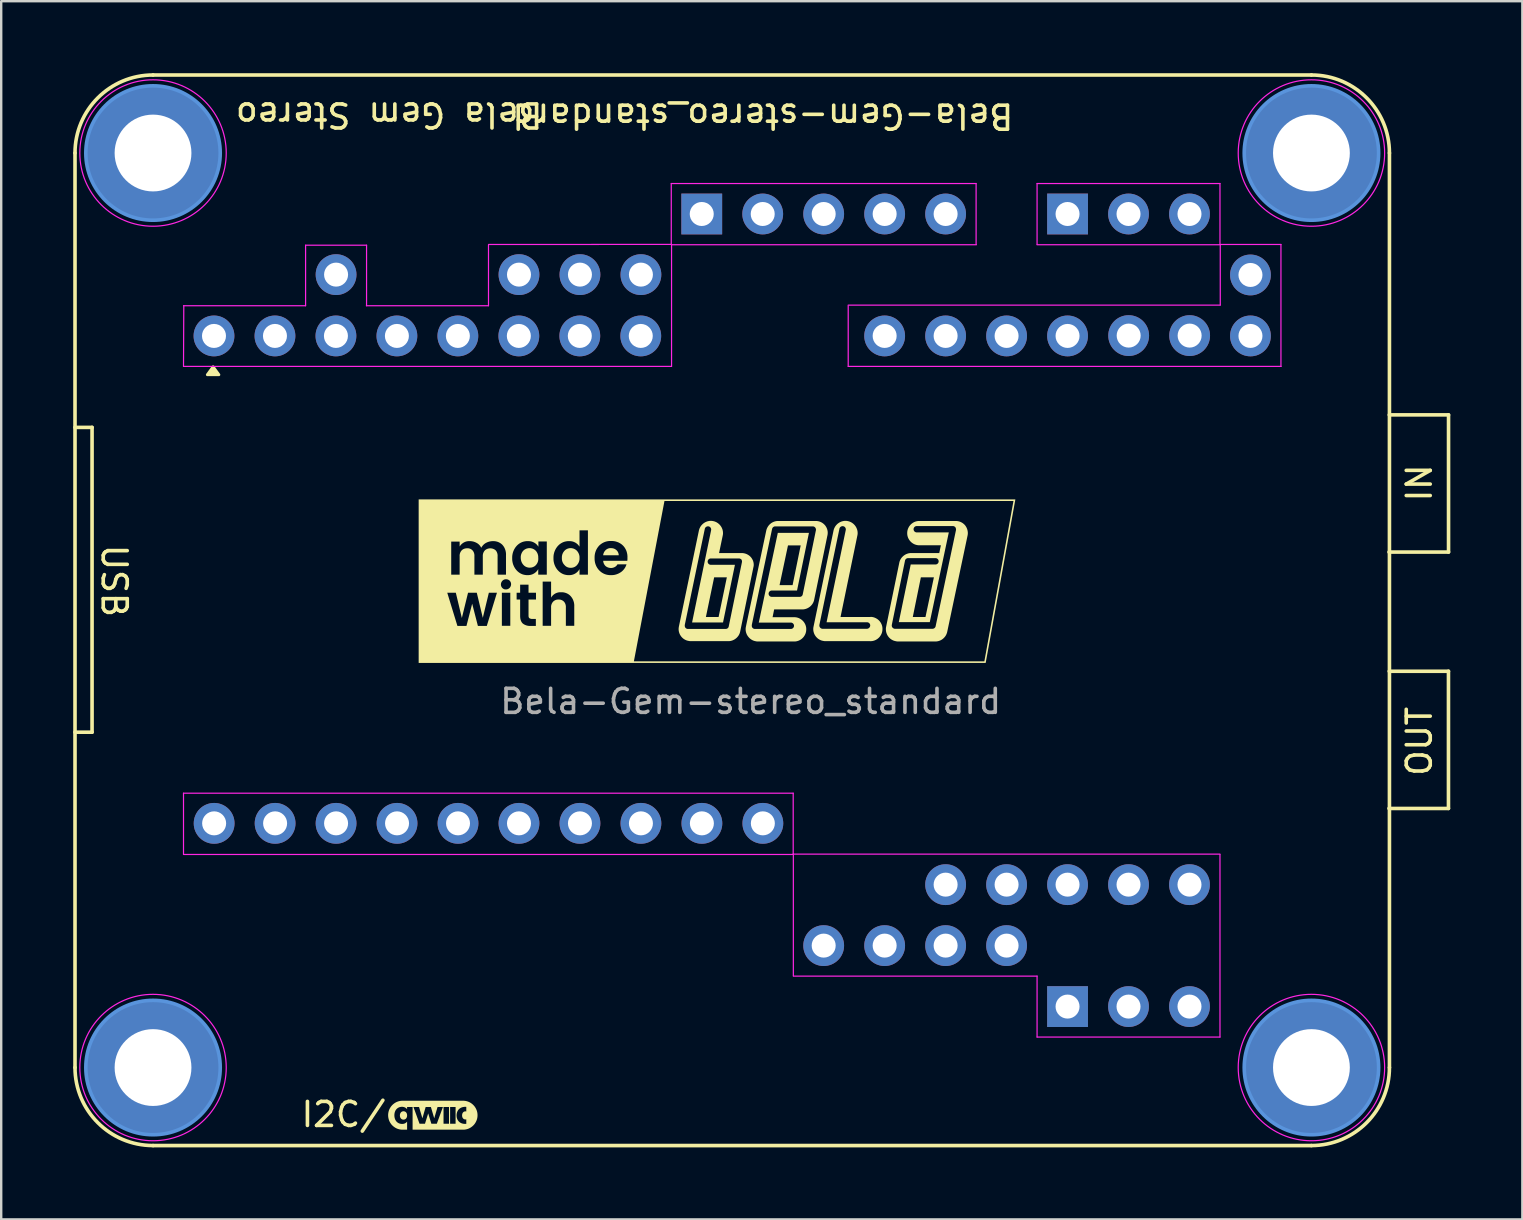
<source format=kicad_pcb>
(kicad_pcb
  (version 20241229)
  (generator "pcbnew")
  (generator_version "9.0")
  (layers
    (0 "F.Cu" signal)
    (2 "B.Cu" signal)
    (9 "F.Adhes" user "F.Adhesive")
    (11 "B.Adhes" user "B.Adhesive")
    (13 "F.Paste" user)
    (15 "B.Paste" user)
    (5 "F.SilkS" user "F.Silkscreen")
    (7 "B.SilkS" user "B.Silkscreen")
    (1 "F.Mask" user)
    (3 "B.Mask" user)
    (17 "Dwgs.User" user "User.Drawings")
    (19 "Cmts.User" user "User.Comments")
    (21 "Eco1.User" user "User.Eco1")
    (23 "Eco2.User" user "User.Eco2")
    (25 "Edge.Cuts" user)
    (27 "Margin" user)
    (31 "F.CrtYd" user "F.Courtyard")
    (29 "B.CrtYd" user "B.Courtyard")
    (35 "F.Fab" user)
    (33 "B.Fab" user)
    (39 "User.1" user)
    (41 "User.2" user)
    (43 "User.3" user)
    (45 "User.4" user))
  (footprint "Bela-Gem-stereo_standard"
    (layer "F.Cu")
    (at 28.731 21.091)
    (property "Reference" "Bela-Gem-stereo_standard" (at 0 -19.304 180) (unlocked yes) (layer "F.SilkS") (effects (font (size 1 1) (thickness 0.15))))
    (attr through_hole)
    (fp_line (start -28.656 20.334) (end -28.656 -17.766) (stroke (width 0.15) (type default)) (layer "F.SilkS"))
    (fp_line (start -27.946 -6.336) (end -28.656 -6.336) (stroke (width 0.15) (type default)) (layer "F.SilkS"))
    (fp_line (start -27.946 -6.336) (end -27.946 6.364) (stroke (width 0.15) (type default)) (layer "F.SilkS"))
    (fp_line (start -27.946 6.364) (end -28.656 6.364) (stroke (width 0.15) (type default)) (layer "F.SilkS"))
    (fp_line (start 22.854 -21.016) (end -25.406 -21.016) (stroke (width 0.15) (type default)) (layer "F.SilkS"))
    (fp_line (start 22.854 23.584) (end -25.406 23.584) (stroke (width 0.15) (type default)) (layer "F.SilkS"))
    (fp_line (start 26.095 3.824) (end 28.563 3.824) (stroke (width 0.15) (type default)) (layer "F.SilkS"))
    (fp_line (start 26.097 -6.857) (end 28.566 -6.857) (stroke (width 0.15) (type default)) (layer "F.SilkS"))
    (fp_line (start 26.104 20.334) (end 26.104 -17.766) (stroke (width 0.15) (type default)) (layer "F.SilkS"))
    (fp_line (start 28.563 3.824) (end 28.563 9.539) (stroke (width 0.15) (type default)) (layer "F.SilkS"))
    (fp_line (start 28.563 9.539) (end 26.084 9.539) (stroke (width 0.15) (type default)) (layer "F.SilkS"))
    (fp_line (start 28.566 -6.857) (end 28.566 -1.142) (stroke (width 0.15) (type default)) (layer "F.SilkS"))
    (fp_line (start 28.566 -1.142) (end 26.086 -1.142) (stroke (width 0.15) (type default)) (layer "F.SilkS"))
    (fp_arc (start -28.6561 -17.7664) (mid -27.704197 -20.064497) (end -25.4061 -21.0164) (stroke (width 0.15) (type default)) (layer "F.SilkS"))
    (fp_arc (start -25.4061 23.5836) (mid -27.704197 22.631697) (end -28.6561 20.3336) (stroke (width 0.15) (type default)) (layer "F.SilkS"))
    (fp_arc (start 22.8539 -21.0164) (mid 25.151997 -20.064497) (end 26.1039 -17.7664) (stroke (width 0.15) (type default)) (layer "F.SilkS"))
    (fp_arc (start 26.1039 20.3336) (mid 25.151997 22.631697) (end 22.8539 23.5836) (stroke (width 0.15) (type default)) (layer "F.SilkS"))
    (fp_poly (pts (xy -22.903 -8.86) (xy -22.663 -8.53) (xy -23.143 -8.53)) (stroke (width 0.12) (type solid)) (fill yes) (layer "F.SilkS"))
    (fp_poly (pts (xy -6.344 -1.306) (xy -6.34 -1.306) (xy -6.336 -1.306) (xy -6.332 -1.306) (xy -6.329 -1.306) (xy -6.313 -1.305) (xy -6.297 -1.304) (xy -6.281 -1.303) (xy -6.266 -1.301) (xy -6.25 -1.298) (xy -6.235 -1.295) (xy -6.221 -1.291) (xy -6.206 -1.286) (xy -6.192 -1.281) (xy -6.178 -1.275) (xy -6.165 -1.268) (xy -6.152 -1.261) (xy -6.139 -1.253) (xy -6.127 -1.245) (xy -6.115 -1.236) (xy -6.104 -1.226) (xy -6.093 -1.216) (xy -6.082 -1.205) (xy -6.073 -1.194) (xy -6.063 -1.182) (xy -6.054 -1.17) (xy -6.046 -1.157) (xy -6.039 -1.143) (xy -6.032 -1.13) (xy -6.026 -1.115) (xy -6.02 -1.101) (xy -6.016 -1.086) (xy -6.012 -1.071) (xy -6.009 -1.056) (xy -6.006 -1.04) (xy -6.005 -1.024) (xy -6.005 -1.008) (xy -6.653 -1.008) (xy -6.651 -1.024) (xy -6.649 -1.04) (xy -6.646 -1.055) (xy -6.642 -1.07) (xy -6.637 -1.085) (xy -6.632 -1.099) (xy -6.626 -1.113) (xy -6.62 -1.127) (xy -6.613 -1.141) (xy -6.605 -1.154) (xy -6.597 -1.167) (xy -6.588 -1.179) (xy -6.578 -1.191) (xy -6.568 -1.203) (xy -6.558 -1.215) (xy -6.547 -1.226) (xy -6.537 -1.235) (xy -6.527 -1.243) (xy -6.516 -1.251) (xy -6.505 -1.258) (xy -6.494 -1.265) (xy -6.483 -1.271) (xy -6.471 -1.277) (xy -6.459 -1.283) (xy -6.447 -1.288) (xy -6.435 -1.292) (xy -6.422 -1.296) (xy -6.41 -1.299) (xy -6.397 -1.302) (xy -6.384 -1.304) (xy -6.371 -1.306) (xy -6.358 -1.306) (xy -6.358 -1.306) (xy -6.355 -1.306) (xy -6.351 -1.307) (xy -6.347 -1.307)) (stroke (width 0) (type solid)) (fill yes) (layer "F.SilkS"))
    (fp_poly (pts (xy -14.962 22.155) (xy -14.954 22.156) (xy -14.946 22.157) (xy -14.938 22.158) (xy -14.931 22.16) (xy -14.924 22.162) (xy -14.916 22.165) (xy -14.91 22.168) (xy -14.903 22.171) (xy -14.896 22.175) (xy -14.89 22.178) (xy -14.884 22.183) (xy -14.878 22.187) (xy -14.873 22.192) (xy -14.867 22.197) (xy -14.862 22.203) (xy -14.858 22.209) (xy -14.853 22.215) (xy -14.849 22.221) (xy -14.845 22.228) (xy -14.841 22.235) (xy -14.838 22.242) (xy -14.835 22.25) (xy -14.832 22.258) (xy -14.829 22.266) (xy -14.827 22.274) (xy -14.825 22.283) (xy -14.824 22.292) (xy -14.823 22.301) (xy -14.822 22.31) (xy -14.821 22.319) (xy -14.821 22.329) (xy -14.821 22.338) (xy -14.822 22.348) (xy -14.823 22.357) (xy -14.824 22.366) (xy -14.825 22.375) (xy -14.827 22.383) (xy -14.829 22.391) (xy -14.832 22.399) (xy -14.835 22.407) (xy -14.838 22.415) (xy -14.841 22.422) (xy -14.845 22.429) (xy -14.849 22.436) (xy -14.853 22.442) (xy -14.858 22.448) (xy -14.862 22.454) (xy -14.867 22.46) (xy -14.873 22.465) (xy -14.878 22.47) (xy -14.884 22.475) (xy -14.89 22.479) (xy -14.896 22.483) (xy -14.903 22.487) (xy -14.91 22.49) (xy -14.916 22.493) (xy -14.924 22.495) (xy -14.931 22.498) (xy -14.938 22.499) (xy -14.946 22.501) (xy -14.954 22.502) (xy -14.962 22.502) (xy -14.97 22.503) (xy -14.979 22.502) (xy -14.987 22.502) (xy -14.995 22.501) (xy -15.003 22.499) (xy -15.01 22.498) (xy -15.018 22.495) (xy -15.025 22.493) (xy -15.032 22.49) (xy -15.039 22.487) (xy -15.045 22.483) (xy -15.051 22.479) (xy -15.058 22.475) (xy -15.063 22.47) (xy -15.069 22.465) (xy -15.074 22.46) (xy -15.079 22.454) (xy -15.084 22.448) (xy -15.089 22.442) (xy -15.093 22.436) (xy -15.097 22.429) (xy -15.101 22.422) (xy -15.104 22.415) (xy -15.107 22.407) (xy -15.11 22.399) (xy -15.112 22.391) (xy -15.115 22.383) (xy -15.117 22.375) (xy -15.118 22.366) (xy -15.119 22.357) (xy -15.12 22.348) (xy -15.121 22.338) (xy -15.121 22.329) (xy -15.121 22.319) (xy -15.12 22.31) (xy -15.119 22.301) (xy -15.118 22.292) (xy -15.117 22.283) (xy -15.115 22.275) (xy -15.112 22.266) (xy -15.11 22.258) (xy -15.107 22.251) (xy -15.104 22.243) (xy -15.101 22.236) (xy -15.097 22.229) (xy -15.093 22.222) (xy -15.089 22.216) (xy -15.084 22.209) (xy -15.079 22.203) (xy -15.074 22.198) (xy -15.069 22.193) (xy -15.063 22.188) (xy -15.058 22.183) (xy -15.051 22.179) (xy -15.045 22.175) (xy -15.039 22.171) (xy -15.032 22.168) (xy -15.025 22.165) (xy -15.018 22.162) (xy -15.01 22.16) (xy -15.003 22.158) (xy -14.995 22.157) (xy -14.987 22.156) (xy -14.979 22.155) (xy -14.97 22.155)) (stroke (width 0) (type solid)) (fill yes) (layer "F.SilkS"))
    (fp_poly (pts (xy -9.703 -1.305) (xy -9.685 -1.304) (xy -9.667 -1.302) (xy -9.649 -1.298) (xy -9.631 -1.294) (xy -9.614 -1.29) (xy -9.597 -1.284) (xy -9.58 -1.278) (xy -9.564 -1.27) (xy -9.548 -1.262) (xy -9.533 -1.254) (xy -9.518 -1.244) (xy -9.504 -1.234) (xy -9.49 -1.223) (xy -9.477 -1.212) (xy -9.464 -1.2) (xy -9.451 -1.185) (xy -9.438 -1.169) (xy -9.426 -1.153) (xy -9.416 -1.136) (xy -9.406 -1.118) (xy -9.397 -1.1) (xy -9.388 -1.082) (xy -9.381 -1.063) (xy -9.375 -1.044) (xy -9.369 -1.025) (xy -9.365 -1.005) (xy -9.362 -0.985) (xy -9.359 -0.965) (xy -9.358 -0.944) (xy -9.357 -0.923) (xy -9.358 -0.902) (xy -9.356 -0.88) (xy -9.355 -0.858) (xy -9.356 -0.837) (xy -9.358 -0.816) (xy -9.36 -0.795) (xy -9.364 -0.775) (xy -9.369 -0.755) (xy -9.375 -0.735) (xy -9.382 -0.716) (xy -9.39 -0.698) (xy -9.399 -0.68) (xy -9.409 -0.662) (xy -9.42 -0.645) (xy -9.432 -0.629) (xy -9.444 -0.613) (xy -9.457 -0.598) (xy -9.47 -0.585) (xy -9.483 -0.573) (xy -9.497 -0.561) (xy -9.511 -0.551) (xy -9.526 -0.541) (xy -9.542 -0.533) (xy -9.558 -0.525) (xy -9.574 -0.518) (xy -9.59 -0.512) (xy -9.607 -0.506) (xy -9.625 -0.502) (xy -9.642 -0.498) (xy -9.66 -0.496) (xy -9.678 -0.494) (xy -9.697 -0.493) (xy -9.715 -0.492) (xy -9.734 -0.493) (xy -9.752 -0.494) (xy -9.77 -0.496) (xy -9.788 -0.5) (xy -9.806 -0.504) (xy -9.823 -0.509) (xy -9.84 -0.514) (xy -9.857 -0.521) (xy -9.873 -0.529) (xy -9.889 -0.537) (xy -9.904 -0.546) (xy -9.919 -0.556) (xy -9.933 -0.567) (xy -9.947 -0.579) (xy -9.96 -0.591) (xy -9.973 -0.605) (xy -9.986 -0.62) (xy -9.999 -0.636) (xy -10.011 -0.652) (xy -10.021 -0.669) (xy -10.032 -0.686) (xy -10.041 -0.704) (xy -10.049 -0.722) (xy -10.057 -0.741) (xy -10.063 -0.76) (xy -10.069 -0.78) (xy -10.074 -0.799) (xy -10.078 -0.819) (xy -10.081 -0.84) (xy -10.084 -0.86) (xy -10.085 -0.881) (xy -10.086 -0.902) (xy -10.086 -0.923) (xy -10.086 -0.944) (xy -10.085 -0.965) (xy -10.082 -0.985) (xy -10.079 -1.005) (xy -10.074 -1.025) (xy -10.069 -1.044) (xy -10.062 -1.063) (xy -10.055 -1.082) (xy -10.047 -1.1) (xy -10.038 -1.118) (xy -10.028 -1.136) (xy -10.017 -1.153) (xy -10.006 -1.169) (xy -9.993 -1.185) (xy -9.98 -1.2) (xy -9.967 -1.212) (xy -9.954 -1.223) (xy -9.94 -1.234) (xy -9.926 -1.244) (xy -9.911 -1.254) (xy -9.895 -1.262) (xy -9.879 -1.27) (xy -9.863 -1.278) (xy -9.847 -1.284) (xy -9.83 -1.29) (xy -9.812 -1.294) (xy -9.795 -1.298) (xy -9.777 -1.302) (xy -9.759 -1.304) (xy -9.74 -1.305) (xy -9.722 -1.306)) (stroke (width 0) (type solid)) (fill yes) (layer "F.SilkS"))
    (fp_poly (pts (xy -7.99 -1.305) (xy -7.972 -1.304) (xy -7.954 -1.302) (xy -7.936 -1.298) (xy -7.918 -1.294) (xy -7.901 -1.29) (xy -7.884 -1.284) (xy -7.867 -1.278) (xy -7.851 -1.27) (xy -7.835 -1.262) (xy -7.82 -1.254) (xy -7.805 -1.244) (xy -7.791 -1.234) (xy -7.777 -1.223) (xy -7.763 -1.212) (xy -7.751 -1.2) (xy -7.737 -1.185) (xy -7.725 -1.169) (xy -7.713 -1.153) (xy -7.702 -1.136) (xy -7.691 -1.118) (xy -7.681 -1.1) (xy -7.673 -1.082) (xy -7.665 -1.063) (xy -7.658 -1.044) (xy -7.652 -1.025) (xy -7.647 -1.005) (xy -7.643 -0.985) (xy -7.64 -0.965) (xy -7.638 -0.944) (xy -7.638 -0.923) (xy -7.638 -0.902) (xy -7.638 -0.88) (xy -7.638 -0.858) (xy -7.639 -0.837) (xy -7.642 -0.816) (xy -7.645 -0.795) (xy -7.65 -0.774) (xy -7.656 -0.754) (xy -7.662 -0.734) (xy -7.67 -0.715) (xy -7.679 -0.696) (xy -7.688 -0.678) (xy -7.699 -0.659) (xy -7.71 -0.642) (xy -7.723 -0.625) (xy -7.736 -0.608) (xy -7.751 -0.591) (xy -7.763 -0.578) (xy -7.777 -0.566) (xy -7.791 -0.555) (xy -7.805 -0.544) (xy -7.82 -0.535) (xy -7.835 -0.526) (xy -7.851 -0.518) (xy -7.867 -0.511) (xy -7.884 -0.505) (xy -7.901 -0.5) (xy -7.918 -0.495) (xy -7.936 -0.492) (xy -7.954 -0.489) (xy -7.972 -0.487) (xy -7.99 -0.486) (xy -8.009 -0.485) (xy -8.027 -0.486) (xy -8.045 -0.487) (xy -8.064 -0.49) (xy -8.081 -0.493) (xy -8.099 -0.497) (xy -8.116 -0.502) (xy -8.133 -0.508) (xy -8.149 -0.514) (xy -8.165 -0.522) (xy -8.18 -0.53) (xy -8.195 -0.54) (xy -8.21 -0.55) (xy -8.223 -0.561) (xy -8.236 -0.572) (xy -8.248 -0.585) (xy -8.26 -0.598) (xy -8.274 -0.613) (xy -8.288 -0.629) (xy -8.3 -0.645) (xy -8.312 -0.662) (xy -8.323 -0.68) (xy -8.332 -0.697) (xy -8.341 -0.716) (xy -8.348 -0.734) (xy -8.355 -0.754) (xy -8.361 -0.773) (xy -8.365 -0.793) (xy -8.369 -0.813) (xy -8.371 -0.833) (xy -8.373 -0.854) (xy -8.373 -0.875) (xy -8.372 -0.896) (xy -8.373 -0.917) (xy -8.373 -0.937) (xy -8.371 -0.958) (xy -8.369 -0.978) (xy -8.365 -0.999) (xy -8.361 -1.018) (xy -8.356 -1.038) (xy -8.349 -1.057) (xy -8.342 -1.076) (xy -8.334 -1.094) (xy -8.325 -1.112) (xy -8.315 -1.129) (xy -8.304 -1.146) (xy -8.292 -1.162) (xy -8.28 -1.178) (xy -8.267 -1.193) (xy -8.254 -1.207) (xy -8.241 -1.219) (xy -8.227 -1.231) (xy -8.212 -1.242) (xy -8.197 -1.252) (xy -8.182 -1.261) (xy -8.166 -1.269) (xy -8.15 -1.277) (xy -8.133 -1.283) (xy -8.116 -1.289) (xy -8.099 -1.294) (xy -8.081 -1.298) (xy -8.064 -1.302) (xy -8.045 -1.304) (xy -8.027 -1.305) (xy -8.009 -1.306)) (stroke (width 0) (type solid)) (fill yes) (layer "F.SilkS"))
    (fp_poly (pts (xy 3.471 -2.441) (xy 3.496 -2.439) (xy 3.522 -2.435) (xy 3.547 -2.43) (xy 3.572 -2.424) (xy 3.597 -2.417) (xy 3.621 -2.408) (xy 3.644 -2.398) (xy 3.667 -2.388) (xy 3.689 -2.376) (xy 3.71 -2.363) (xy 3.731 -2.349) (xy 3.751 -2.334) (xy 3.77 -2.319) (xy 3.788 -2.302) (xy 3.805 -2.285) (xy 3.822 -2.267) (xy 3.838 -2.248) (xy 3.852 -2.229) (xy 3.866 -2.209) (xy 3.879 -2.188) (xy 3.891 -2.166) (xy 3.902 -2.145) (xy 3.911 -2.122) (xy 3.92 -2.099) (xy 3.928 -2.076) (xy 3.934 -2.052) (xy 3.94 -2.028) (xy 3.944 -2.004) (xy 3.947 -1.979) (xy 3.948 -1.955) (xy 3.949 -1.93) (xy 3.948 -1.904) (xy 3.946 -1.879) (xy 3.942 -1.854) (xy 3.937 -1.828) (xy 3.236 1.565) (xy 4.46 1.565) (xy 4.463 1.565) (xy 4.466 1.565) (xy 4.47 1.565) (xy 4.472 1.564) (xy 4.474 1.564) (xy 4.476 1.564) (xy 4.478 1.563) (xy 4.481 1.563) (xy 4.483 1.562) (xy 4.486 1.561) (xy 4.488 1.561) (xy 4.49 1.56) (xy 4.493 1.558) (xy 4.519 1.56) (xy 4.544 1.562) (xy 4.569 1.566) (xy 4.594 1.571) (xy 4.619 1.578) (xy 4.642 1.585) (xy 4.666 1.594) (xy 4.688 1.604) (xy 4.711 1.615) (xy 4.732 1.627) (xy 4.753 1.639) (xy 4.773 1.653) (xy 4.793 1.668) (xy 4.812 1.684) (xy 4.83 1.701) (xy 4.847 1.718) (xy 4.863 1.736) (xy 4.879 1.755) (xy 4.893 1.775) (xy 4.907 1.795) (xy 4.919 1.816) (xy 4.931 1.838) (xy 4.941 1.86) (xy 4.951 1.883) (xy 4.959 1.906) (xy 4.966 1.93) (xy 4.972 1.954) (xy 4.977 1.979) (xy 4.98 2.004) (xy 4.982 2.029) (xy 4.983 2.055) (xy 4.982 2.081) (xy 4.981 2.107) (xy 4.978 2.132) (xy 4.975 2.158) (xy 4.969 2.182) (xy 4.963 2.207) (xy 4.956 2.23) (xy 4.947 2.254) (xy 4.937 2.276) (xy 4.926 2.299) (xy 4.914 2.32) (xy 4.901 2.341) (xy 4.887 2.361) (xy 4.873 2.381) (xy 4.857 2.4) (xy 4.84 2.418) (xy 4.823 2.435) (xy 4.805 2.451) (xy 4.786 2.467) (xy 4.766 2.481) (xy 4.746 2.495) (xy 4.724 2.507) (xy 4.703 2.519) (xy 4.681 2.529) (xy 4.658 2.539) (xy 4.634 2.547) (xy 4.611 2.554) (xy 4.586 2.56) (xy 4.562 2.565) (xy 4.537 2.568) (xy 4.511 2.57) (xy 4.486 2.571) (xy 4.46 2.57) (xy 2.608 2.57) (xy 2.6 2.57) (xy 2.593 2.57) (xy 2.586 2.57) (xy 2.579 2.569) (xy 2.566 2.568) (xy 2.552 2.566) (xy 2.539 2.564) (xy 2.527 2.562) (xy 2.502 2.557) (xy 2.477 2.552) (xy 2.452 2.545) (xy 2.428 2.537) (xy 2.405 2.528) (xy 2.382 2.517) (xy 2.36 2.506) (xy 2.339 2.493) (xy 2.318 2.48) (xy 2.298 2.466) (xy 2.279 2.45) (xy 2.261 2.434) (xy 2.244 2.417) (xy 2.227 2.399) (xy 2.211 2.381) (xy 2.197 2.361) (xy 2.183 2.341) (xy 2.17 2.321) (xy 2.158 2.3) (xy 2.147 2.278) (xy 2.137 2.255) (xy 2.129 2.233) (xy 2.121 2.209) (xy 2.115 2.186) (xy 2.109 2.162) (xy 2.105 2.138) (xy 2.102 2.113) (xy 2.101 2.088) (xy 2.1 2.063) (xy 2.101 2.038) (xy 2.103 2.013) (xy 2.107 1.987) (xy 2.112 1.962) (xy 2.121 1.919) (xy 2.354 1.919) (xy 2.354 1.926) (xy 2.355 1.933) (xy 2.356 1.941) (xy 2.357 1.948) (xy 2.359 1.955) (xy 2.361 1.962) (xy 2.364 1.969) (xy 2.367 1.976) (xy 2.37 1.982) (xy 2.374 1.989) (xy 2.378 1.995) (xy 2.383 2.002) (xy 2.388 2.008) (xy 2.393 2.013) (xy 2.399 2.019) (xy 2.405 2.024) (xy 2.411 2.028) (xy 2.418 2.033) (xy 2.424 2.037) (xy 2.431 2.04) (xy 2.438 2.044) (xy 2.445 2.046) (xy 2.452 2.049) (xy 2.459 2.051) (xy 2.466 2.052) (xy 2.474 2.054) (xy 2.481 2.054) (xy 2.489 2.054) (xy 4.334 2.054) (xy 4.341 2.054) (xy 4.348 2.054) (xy 4.354 2.053) (xy 4.361 2.051) (xy 4.368 2.05) (xy 4.374 2.048) (xy 4.38 2.046) (xy 4.387 2.043) (xy 4.393 2.04) (xy 4.399 2.037) (xy 4.404 2.033) (xy 4.41 2.03) (xy 4.416 2.026) (xy 4.421 2.021) (xy 4.426 2.017) (xy 4.431 2.012) (xy 4.436 2.007) (xy 4.44 2.002) (xy 4.444 1.997) (xy 4.448 1.992) (xy 4.452 1.986) (xy 4.456 1.98) (xy 4.459 1.974) (xy 4.462 1.968) (xy 4.464 1.962) (xy 4.466 1.955) (xy 4.468 1.949) (xy 4.47 1.942) (xy 4.471 1.936) (xy 4.472 1.929) (xy 4.473 1.922) (xy 4.473 1.916) (xy 4.473 1.909) (xy 4.472 1.902) (xy 4.472 1.896) (xy 4.47 1.889) (xy 4.469 1.883) (xy 4.467 1.876) (xy 4.465 1.87) (xy 4.463 1.864) (xy 4.46 1.858) (xy 4.457 1.853) (xy 4.454 1.847) (xy 4.45 1.842) (xy 4.447 1.837) (xy 4.443 1.832) (xy 4.439 1.827) (xy 4.434 1.822) (xy 4.43 1.818) (xy 4.425 1.814) (xy 4.42 1.81) (xy 4.415 1.806) (xy 4.409 1.803) (xy 4.404 1.799) (xy 4.398 1.796) (xy 4.392 1.794) (xy 4.386 1.791) (xy 4.38 1.789) (xy 4.374 1.787) (xy 4.367 1.786) (xy 4.361 1.785) (xy 4.354 1.784) (xy 4.348 1.783) (xy 4.341 1.783) (xy 2.654 1.783) (xy 3.454 -2.06) (xy 3.455 -2.067) (xy 3.456 -2.073) (xy 3.457 -2.08) (xy 3.457 -2.087) (xy 3.456 -2.094) (xy 3.456 -2.1) (xy 3.455 -2.107) (xy 3.454 -2.113) (xy 3.452 -2.12) (xy 3.45 -2.126) (xy 3.448 -2.132) (xy 3.446 -2.139) (xy 3.443 -2.144) (xy 3.44 -2.15) (xy 3.437 -2.156) (xy 3.434 -2.161) (xy 3.43 -2.167) (xy 3.426 -2.172) (xy 3.422 -2.177) (xy 3.418 -2.182) (xy 3.413 -2.186) (xy 3.408 -2.191) (xy 3.403 -2.195) (xy 3.398 -2.198) (xy 3.392 -2.202) (xy 3.387 -2.205) (xy 3.381 -2.208) (xy 3.375 -2.211) (xy 3.368 -2.213) (xy 3.362 -2.215) (xy 3.355 -2.217) (xy 3.349 -2.219) (xy 3.342 -2.22) (xy 3.335 -2.22) (xy 3.328 -2.221) (xy 3.321 -2.221) (xy 3.315 -2.221) (xy 3.308 -2.22) (xy 3.301 -2.219) (xy 3.295 -2.218) (xy 3.289 -2.216) (xy 3.282 -2.215) (xy 3.276 -2.212) (xy 3.27 -2.21) (xy 3.264 -2.207) (xy 3.258 -2.204) (xy 3.252 -2.201) (xy 3.247 -2.198) (xy 3.242 -2.194) (xy 3.236 -2.19) (xy 3.231 -2.186) (xy 3.227 -2.182) (xy 3.222 -2.177) (xy 3.218 -2.172) (xy 3.214 -2.167) (xy 3.21 -2.162) (xy 3.206 -2.156) (xy 3.203 -2.151) (xy 3.2 -2.145) (xy 3.197 -2.139) (xy 3.195 -2.132) (xy 3.193 -2.126) (xy 3.191 -2.119) (xy 3.19 -2.113) (xy 2.356 1.889) (xy 2.355 1.897) (xy 2.355 1.904) (xy 2.354 1.911) (xy 2.354 1.919) (xy 2.121 1.919) (xy 2.945 -2.04) (xy 2.951 -2.065) (xy 2.959 -2.09) (xy 2.967 -2.114) (xy 2.977 -2.137) (xy 2.988 -2.16) (xy 3 -2.182) (xy 3.012 -2.203) (xy 3.026 -2.224) (xy 3.041 -2.244) (xy 3.056 -2.263) (xy 3.073 -2.281) (xy 3.09 -2.298) (xy 3.108 -2.315) (xy 3.127 -2.331) (xy 3.147 -2.345) (xy 3.167 -2.359) (xy 3.187 -2.372) (xy 3.209 -2.384) (xy 3.231 -2.395) (xy 3.253 -2.404) (xy 3.276 -2.413) (xy 3.299 -2.421) (xy 3.323 -2.427) (xy 3.347 -2.432) (xy 3.371 -2.437) (xy 3.396 -2.44) (xy 3.421 -2.441) (xy 3.446 -2.442)) (stroke (width 0) (type solid)) (fill yes) (layer "F.SilkS"))
    (fp_poly (pts (xy -2.138 -2.441) (xy -2.113 -2.439) (xy -2.088 -2.435) (xy -2.062 -2.43) (xy -2.037 -2.424) (xy -2.012 -2.417) (xy -1.988 -2.408) (xy -1.965 -2.398) (xy -1.942 -2.388) (xy -1.92 -2.376) (xy -1.899 -2.363) (xy -1.878 -2.349) (xy -1.859 -2.334) (xy -1.839 -2.319) (xy -1.821 -2.302) (xy -1.804 -2.285) (xy -1.787 -2.267) (xy -1.772 -2.248) (xy -1.757 -2.229) (xy -1.743 -2.209) (xy -1.73 -2.188) (xy -1.718 -2.166) (xy -1.707 -2.145) (xy -1.698 -2.122) (xy -1.689 -2.099) (xy -1.681 -2.076) (xy -1.675 -2.052) (xy -1.67 -2.028) (xy -1.665 -2.004) (xy -1.663 -1.979) (xy -1.661 -1.955) (xy -1.66 -1.93) (xy -1.661 -1.904) (xy -1.663 -1.879) (xy -1.667 -1.854) (xy -1.672 -1.828) (xy -1.824 -1.101) (xy -0.885 -1.101) (xy -0.856 -1.1) (xy -0.828 -1.098) (xy -0.8 -1.094) (xy -0.773 -1.088) (xy -0.745 -1.082) (xy -0.718 -1.073) (xy -0.692 -1.064) (xy -0.666 -1.053) (xy -0.641 -1.04) (xy -0.617 -1.026) (xy -0.593 -1.011) (xy -0.57 -0.995) (xy -0.548 -0.977) (xy -0.527 -0.958) (xy -0.507 -0.937) (xy -0.488 -0.915) (xy -0.488 -0.915) (xy -0.471 -0.893) (xy -0.456 -0.869) (xy -0.442 -0.845) (xy -0.429 -0.821) (xy -0.417 -0.796) (xy -0.407 -0.77) (xy -0.399 -0.744) (xy -0.392 -0.718) (xy -0.387 -0.691) (xy -0.383 -0.665) (xy -0.381 -0.638) (xy -0.38 -0.611) (xy -0.381 -0.585) (xy -0.384 -0.558) (xy -0.389 -0.532) (xy -0.395 -0.505) (xy -0.944 2.167) (xy -0.949 2.188) (xy -0.955 2.21) (xy -0.962 2.23) (xy -0.969 2.251) (xy -0.978 2.271) (xy -0.987 2.29) (xy -0.997 2.309) (xy -1.008 2.328) (xy -1.019 2.346) (xy -1.032 2.363) (xy -1.059 2.396) (xy -1.088 2.427) (xy -1.12 2.455) (xy -1.155 2.481) (xy -1.191 2.504) (xy -1.229 2.523) (xy -1.249 2.532) (xy -1.269 2.54) (xy -1.289 2.547) (xy -1.31 2.553) (xy -1.331 2.558) (xy -1.353 2.563) (xy -1.374 2.566) (xy -1.396 2.568) (xy -1.418 2.57) (xy -1.44 2.57) (xy -3.001 2.57) (xy -3.009 2.57) (xy -3.016 2.57) (xy -3.023 2.57) (xy -3.03 2.569) (xy -3.044 2.568) (xy -3.057 2.566) (xy -3.07 2.564) (xy -3.082 2.562) (xy -3.107 2.557) (xy -3.132 2.552) (xy -3.157 2.545) (xy -3.181 2.537) (xy -3.204 2.528) (xy -3.227 2.517) (xy -3.249 2.506) (xy -3.27 2.493) (xy -3.291 2.48) (xy -3.311 2.466) (xy -3.33 2.45) (xy -3.348 2.434) (xy -3.366 2.417) (xy -3.382 2.399) (xy -3.398 2.381) (xy -3.413 2.361) (xy -3.426 2.341) (xy -3.439 2.321) (xy -3.451 2.3) (xy -3.462 2.278) (xy -3.472 2.255) (xy -3.48 2.233) (xy -3.488 2.209) (xy -3.494 2.186) (xy -3.5 2.162) (xy -3.504 2.138) (xy -3.507 2.113) (xy -3.509 2.088) (xy -3.509 2.063) (xy -3.508 2.038) (xy -3.506 2.013) (xy -3.502 1.987) (xy -3.498 1.962) (xy -3.484 1.896) (xy -3.253 1.896) (xy -3.253 1.929) (xy -3.253 1.936) (xy -3.252 1.943) (xy -3.251 1.95) (xy -3.25 1.957) (xy -3.249 1.964) (xy -3.247 1.97) (xy -3.245 1.977) (xy -3.242 1.983) (xy -3.24 1.989) (xy -3.237 1.995) (xy -3.234 2) (xy -3.23 2.006) (xy -3.226 2.011) (xy -3.222 2.016) (xy -3.218 2.02) (xy -3.214 2.025) (xy -3.209 2.029) (xy -3.204 2.033) (xy -3.199 2.037) (xy -3.194 2.04) (xy -3.189 2.043) (xy -3.183 2.046) (xy -3.178 2.049) (xy -3.172 2.052) (xy -3.166 2.054) (xy -3.16 2.056) (xy -3.153 2.057) (xy -3.147 2.059) (xy -3.141 2.06) (xy -3.134 2.06) (xy -3.127 2.061) (xy -3.12 2.061) (xy -1.553 2.061) (xy -1.547 2.061) (xy -1.541 2.061) (xy -1.535 2.06) (xy -1.529 2.059) (xy -1.523 2.058) (xy -1.517 2.057) (xy -1.512 2.056) (xy -1.506 2.054) (xy -1.501 2.052) (xy -1.495 2.05) (xy -1.49 2.048) (xy -1.485 2.045) (xy -1.481 2.042) (xy -1.476 2.039) (xy -1.471 2.036) (xy -1.467 2.033) (xy -1.463 2.029) (xy -1.458 2.026) (xy -1.455 2.022) (xy -1.451 2.018) (xy -1.447 2.014) (xy -1.444 2.009) (xy -1.441 2.005) (xy -1.437 2) (xy -1.435 1.995) (xy -1.432 1.99) (xy -1.43 1.984) (xy -1.427 1.979) (xy -1.425 1.973) (xy -1.423 1.967) (xy -1.422 1.961) (xy -1.421 1.955) (xy -0.872 -0.717) (xy -0.872 -0.717) (xy -0.87 -0.724) (xy -0.87 -0.732) (xy -0.869 -0.739) (xy -0.869 -0.747) (xy -0.869 -0.754) (xy -0.87 -0.761) (xy -0.87 -0.769) (xy -0.872 -0.776) (xy -0.873 -0.783) (xy -0.875 -0.79) (xy -0.877 -0.797) (xy -0.879 -0.804) (xy -0.882 -0.81) (xy -0.885 -0.817) (xy -0.888 -0.823) (xy -0.891 -0.829) (xy -0.896 -0.834) (xy -0.902 -0.839) (xy -0.908 -0.844) (xy -0.913 -0.848) (xy -0.92 -0.852) (xy -0.926 -0.856) (xy -0.933 -0.859) (xy -0.939 -0.863) (xy -0.946 -0.865) (xy -0.953 -0.868) (xy -0.96 -0.87) (xy -0.968 -0.872) (xy -0.975 -0.874) (xy -0.982 -0.875) (xy -0.99 -0.876) (xy -0.997 -0.876) (xy -2.168 -0.876) (xy -2.175 -0.876) (xy -2.181 -0.875) (xy -2.188 -0.874) (xy -2.195 -0.873) (xy -2.201 -0.872) (xy -2.207 -0.87) (xy -2.213 -0.868) (xy -2.219 -0.865) (xy -2.225 -0.863) (xy -2.231 -0.86) (xy -2.236 -0.857) (xy -2.242 -0.853) (xy -2.247 -0.849) (xy -2.252 -0.845) (xy -2.257 -0.841) (xy -2.261 -0.837) (xy -2.266 -0.832) (xy -2.27 -0.828) (xy -2.274 -0.823) (xy -2.278 -0.817) (xy -2.281 -0.812) (xy -2.284 -0.806) (xy -2.287 -0.801) (xy -2.29 -0.795) (xy -2.292 -0.789) (xy -2.294 -0.783) (xy -2.296 -0.776) (xy -2.298 -0.77) (xy -2.299 -0.764) (xy -2.3 -0.757) (xy -2.3 -0.75) (xy -2.3 -0.743) (xy -2.3 -0.737) (xy -2.3 -0.73) (xy -2.299 -0.723) (xy -2.298 -0.717) (xy -2.296 -0.711) (xy -2.294 -0.704) (xy -2.292 -0.698) (xy -2.29 -0.692) (xy -2.287 -0.686) (xy -2.284 -0.681) (xy -2.281 -0.675) (xy -2.278 -0.67) (xy -2.274 -0.664) (xy -2.27 -0.659) (xy -2.266 -0.655) (xy -2.261 -0.65) (xy -2.257 -0.646) (xy -2.252 -0.641) (xy -2.247 -0.638) (xy -2.242 -0.634) (xy -2.236 -0.63) (xy -2.231 -0.627) (xy -2.225 -0.624) (xy -2.219 -0.622) (xy -2.213 -0.619) (xy -2.207 -0.617) (xy -2.201 -0.615) (xy -2.195 -0.614) (xy -2.188 -0.613) (xy -2.181 -0.612) (xy -2.175 -0.611) (xy -2.168 -0.611) (xy -1.163 -0.611) (xy -1.659 1.79) (xy -2.948 1.79) (xy -2.902 1.565) (xy -2.373 1.565) (xy -1.844 1.565) (xy -1.5 -0.089) (xy -2.029 -0.089) (xy -2.373 1.565) (xy -2.902 1.565) (xy -2.155 -2.053) (xy -2.154 -2.06) (xy -2.153 -2.067) (xy -2.153 -2.074) (xy -2.153 -2.08) (xy -2.153 -2.087) (xy -2.153 -2.094) (xy -2.154 -2.1) (xy -2.155 -2.107) (xy -2.157 -2.113) (xy -2.159 -2.12) (xy -2.161 -2.126) (xy -2.163 -2.132) (xy -2.166 -2.138) (xy -2.169 -2.144) (xy -2.172 -2.149) (xy -2.175 -2.155) (xy -2.179 -2.16) (xy -2.183 -2.165) (xy -2.187 -2.17) (xy -2.192 -2.175) (xy -2.196 -2.18) (xy -2.201 -2.184) (xy -2.206 -2.188) (xy -2.211 -2.192) (xy -2.217 -2.195) (xy -2.223 -2.199) (xy -2.229 -2.202) (xy -2.235 -2.204) (xy -2.241 -2.207) (xy -2.247 -2.209) (xy -2.254 -2.211) (xy -2.261 -2.212) (xy -2.267 -2.213) (xy -2.274 -2.214) (xy -2.281 -2.214) (xy -2.288 -2.214) (xy -2.294 -2.214) (xy -2.301 -2.213) (xy -2.308 -2.212) (xy -2.314 -2.211) (xy -2.321 -2.21) (xy -2.327 -2.208) (xy -2.333 -2.206) (xy -2.339 -2.203) (xy -2.345 -2.201) (xy -2.351 -2.198) (xy -2.357 -2.195) (xy -2.362 -2.191) (xy -2.368 -2.188) (xy -2.373 -2.184) (xy -2.378 -2.179) (xy -2.382 -2.175) (xy -2.387 -2.17) (xy -2.391 -2.166) (xy -2.395 -2.16) (xy -2.399 -2.155) (xy -2.403 -2.15) (xy -2.406 -2.144) (xy -2.409 -2.138) (xy -2.412 -2.132) (xy -2.414 -2.126) (xy -2.416 -2.119) (xy -2.418 -2.113) (xy -2.419 -2.106) (xy -3.253 1.896) (xy -3.484 1.896) (xy -2.664 -2.04) (xy -2.658 -2.065) (xy -2.65 -2.09) (xy -2.642 -2.114) (xy -2.632 -2.137) (xy -2.621 -2.16) (xy -2.61 -2.182) (xy -2.597 -2.203) (xy -2.583 -2.224) (xy -2.568 -2.244) (xy -2.553 -2.263) (xy -2.536 -2.281) (xy -2.519 -2.298) (xy -2.501 -2.315) (xy -2.482 -2.331) (xy -2.463 -2.345) (xy -2.442 -2.359) (xy -2.422 -2.372) (xy -2.4 -2.384) (xy -2.378 -2.395) (xy -2.356 -2.404) (xy -2.333 -2.413) (xy -2.31 -2.421) (xy -2.286 -2.427) (xy -2.262 -2.432) (xy -2.238 -2.437) (xy -2.213 -2.44) (xy -2.188 -2.441) (xy -2.163 -2.442)) (stroke (width 0) (type solid)) (fill yes) (layer "F.SilkS"))
    (fp_poly (pts (xy -12.46 21.717) (xy -12.429 21.719) (xy -12.399 21.723) (xy -12.369 21.728) (xy -12.34 21.735) (xy -12.311 21.743) (xy -12.283 21.753) (xy -12.256 21.763) (xy -12.229 21.775) (xy -12.203 21.789) (xy -12.178 21.803) (xy -12.153 21.819) (xy -12.13 21.836) (xy -12.107 21.854) (xy -12.085 21.873) (xy -12.064 21.893) (xy -12.044 21.914) (xy -12.025 21.936) (xy -12.007 21.958) (xy -11.99 21.982) (xy -11.975 22.007) (xy -11.96 22.032) (xy -11.947 22.058) (xy -11.935 22.085) (xy -11.924 22.112) (xy -11.914 22.14) (xy -11.906 22.169) (xy -11.899 22.198) (xy -11.894 22.228) (xy -11.89 22.258) (xy -11.888 22.289) (xy -11.887 22.32) (xy -11.887 22.32) (xy -11.888 22.351) (xy -11.89 22.381) (xy -11.894 22.412) (xy -11.899 22.441) (xy -11.906 22.47) (xy -11.914 22.499) (xy -11.924 22.527) (xy -11.935 22.555) (xy -11.947 22.581) (xy -11.96 22.607) (xy -11.975 22.633) (xy -11.99 22.657) (xy -12.007 22.681) (xy -12.025 22.704) (xy -12.044 22.726) (xy -12.064 22.746) (xy -12.085 22.766) (xy -12.107 22.785) (xy -12.13 22.803) (xy -12.153 22.82) (xy -12.178 22.836) (xy -12.203 22.85) (xy -12.229 22.864) (xy -12.256 22.876) (xy -12.283 22.887) (xy -12.311 22.896) (xy -12.34 22.904) (xy -12.369 22.911) (xy -12.399 22.916) (xy -12.429 22.92) (xy -12.46 22.923) (xy -12.491 22.923) (xy -14.592 22.923) (xy -14.592 21.978) (xy -14.556 21.978) (xy -14.303 22.674) (xy -14.076 22.674) (xy -13.942 22.244) (xy -13.81 22.674) (xy -13.583 22.674) (xy -13.303 22.674) (xy -13.075 22.674) (xy -13.029 22.674) (xy -12.801 22.674) (xy -12.801 22.329) (xy -12.76 22.329) (xy -12.76 22.349) (xy -12.758 22.368) (xy -12.756 22.387) (xy -12.754 22.405) (xy -12.75 22.423) (xy -12.745 22.44) (xy -12.74 22.457) (xy -12.734 22.474) (xy -12.728 22.489) (xy -12.72 22.505) (xy -12.712 22.52) (xy -12.704 22.534) (xy -12.694 22.547) (xy -12.684 22.56) (xy -12.673 22.573) (xy -12.662 22.585) (xy -12.65 22.596) (xy -12.637 22.607) (xy -12.624 22.617) (xy -12.61 22.626) (xy -12.596 22.634) (xy -12.581 22.642) (xy -12.565 22.65) (xy -12.549 22.656) (xy -12.532 22.662) (xy -12.515 22.667) (xy -12.498 22.671) (xy -12.479 22.675) (xy -12.461 22.678) (xy -12.442 22.68) (xy -12.422 22.681) (xy -12.402 22.681) (xy -12.396 22.681) (xy -12.39 22.681) (xy -12.384 22.681) (xy -12.379 22.681) (xy -12.373 22.68) (xy -12.367 22.68) (xy -12.355 22.679) (xy -12.355 22.493) (xy -12.36 22.493) (xy -12.364 22.494) (xy -12.368 22.495) (xy -12.373 22.495) (xy -12.377 22.496) (xy -12.382 22.496) (xy -12.386 22.496) (xy -12.391 22.496) (xy -12.398 22.496) (xy -12.406 22.495) (xy -12.413 22.494) (xy -12.42 22.493) (xy -12.427 22.491) (xy -12.434 22.489) (xy -12.441 22.487) (xy -12.447 22.484) (xy -12.454 22.481) (xy -12.46 22.478) (xy -12.465 22.474) (xy -12.471 22.47) (xy -12.476 22.465) (xy -12.482 22.46) (xy -12.486 22.455) (xy -12.491 22.45) (xy -12.496 22.444) (xy -12.5 22.438) (xy -12.504 22.432) (xy -12.508 22.426) (xy -12.511 22.419) (xy -12.514 22.412) (xy -12.517 22.404) (xy -12.52 22.397) (xy -12.522 22.389) (xy -12.524 22.381) (xy -12.526 22.373) (xy -12.527 22.364) (xy -12.529 22.346) (xy -12.53 22.328) (xy -12.53 22.318) (xy -12.529 22.309) (xy -12.528 22.3) (xy -12.527 22.292) (xy -12.526 22.283) (xy -12.524 22.275) (xy -12.522 22.267) (xy -12.52 22.259) (xy -12.517 22.251) (xy -12.514 22.244) (xy -12.511 22.237) (xy -12.508 22.23) (xy -12.504 22.224) (xy -12.5 22.217) (xy -12.496 22.211) (xy -12.491 22.206) (xy -12.486 22.2) (xy -12.482 22.195) (xy -12.476 22.19) (xy -12.471 22.186) (xy -12.465 22.182) (xy -12.46 22.178) (xy -12.454 22.174) (xy -12.447 22.171) (xy -12.441 22.168) (xy -12.434 22.166) (xy -12.427 22.164) (xy -12.42 22.162) (xy -12.413 22.161) (xy -12.406 22.16) (xy -12.398 22.159) (xy -12.391 22.159) (xy -12.386 22.159) (xy -12.382 22.159) (xy -12.377 22.16) (xy -12.373 22.16) (xy -12.368 22.161) (xy -12.364 22.161) (xy -12.36 22.162) (xy -12.355 22.163) (xy -12.355 21.972) (xy -12.366 21.971) (xy -12.372 21.971) (xy -12.377 21.971) (xy -12.383 21.97) (xy -12.389 21.97) (xy -12.394 21.97) (xy -12.4 21.97) (xy -12.42 21.97) (xy -12.44 21.972) (xy -12.459 21.974) (xy -12.477 21.977) (xy -12.496 21.98) (xy -12.513 21.985) (xy -12.531 21.99) (xy -12.547 21.996) (xy -12.564 22.002) (xy -12.579 22.01) (xy -12.594 22.018) (xy -12.609 22.027) (xy -12.623 22.036) (xy -12.636 22.046) (xy -12.649 22.057) (xy -12.661 22.068) (xy -12.673 22.08) (xy -12.683 22.093) (xy -12.694 22.106) (xy -12.703 22.12) (xy -12.712 22.135) (xy -12.72 22.15) (xy -12.727 22.165) (xy -12.734 22.182) (xy -12.74 22.198) (xy -12.745 22.216) (xy -12.75 22.233) (xy -12.753 22.251) (xy -12.756 22.27) (xy -12.758 22.289) (xy -12.76 22.309) (xy -12.76 22.329) (xy -12.801 22.329) (xy -12.801 21.978) (xy -13.029 21.978) (xy -13.029 22.674) (xy -13.075 22.674) (xy -13.075 21.978) (xy -13.303 21.978) (xy -13.303 22.674) (xy -13.583 22.674) (xy -13.329 21.978) (xy -13.553 21.978) (xy -13.691 22.449) (xy -13.829 21.978) (xy -14.048 21.978) (xy -14.184 22.449) (xy -14.323 21.978) (xy -14.556 21.978) (xy -14.592 21.978) (xy -14.821 21.978) (xy -14.821 22.069) (xy -14.831 22.058) (xy -14.84 22.047) (xy -14.851 22.036) (xy -14.862 22.027) (xy -14.874 22.018) (xy -14.886 22.01) (xy -14.898 22.003) (xy -14.911 21.996) (xy -14.925 21.99) (xy -14.939 21.985) (xy -14.953 21.98) (xy -14.968 21.977) (xy -14.983 21.974) (xy -14.999 21.972) (xy -15.015 21.97) (xy -15.032 21.97) (xy -15.05 21.97) (xy -15.067 21.972) (xy -15.084 21.974) (xy -15.101 21.976) (xy -15.117 21.98) (xy -15.133 21.984) (xy -15.148 21.989) (xy -15.163 21.995) (xy -15.177 22.002) (xy -15.191 22.009) (xy -15.204 22.017) (xy -15.217 22.026) (xy -15.23 22.035) (xy -15.241 22.045) (xy -15.253 22.055) (xy -15.263 22.067) (xy -15.274 22.078) (xy -15.283 22.091) (xy -15.292 22.104) (xy -15.301 22.118) (xy -15.309 22.132) (xy -15.316 22.147) (xy -15.322 22.162) (xy -15.328 22.178) (xy -15.334 22.194) (xy -15.338 22.211) (xy -15.342 22.229) (xy -15.345 22.246) (xy -15.348 22.265) (xy -15.35 22.284) (xy -15.351 22.303) (xy -15.351 22.322) (xy -15.351 22.343) (xy -15.35 22.362) (xy -15.348 22.381) (xy -15.345 22.4) (xy -15.342 22.418) (xy -15.338 22.436) (xy -15.333 22.453) (xy -15.328 22.47) (xy -15.322 22.486) (xy -15.315 22.502) (xy -15.308 22.517) (xy -15.3 22.531) (xy -15.292 22.545) (xy -15.282 22.559) (xy -15.273 22.572) (xy -15.262 22.584) (xy -15.251 22.595) (xy -15.24 22.606) (xy -15.228 22.616) (xy -15.215 22.626) (xy -15.202 22.635) (xy -15.189 22.643) (xy -15.175 22.65) (xy -15.16 22.657) (xy -15.145 22.663) (xy -15.129 22.668) (xy -15.113 22.672) (xy -15.097 22.676) (xy -15.08 22.679) (xy -15.063 22.681) (xy -15.045 22.682) (xy -15.027 22.683) (xy -15.011 22.682) (xy -14.995 22.681) (xy -14.98 22.679) (xy -14.965 22.676) (xy -14.95 22.673) (xy -14.936 22.668) (xy -14.922 22.663) (xy -14.909 22.657) (xy -14.896 22.651) (xy -14.884 22.643) (xy -14.872 22.635) (xy -14.861 22.626) (xy -14.85 22.617) (xy -14.84 22.606) (xy -14.83 22.595) (xy -14.821 22.584) (xy -14.821 22.923) (xy -15.008 22.923) (xy -15.039 22.923) (xy -15.069 22.92) (xy -15.1 22.916) (xy -15.129 22.911) (xy -15.159 22.904) (xy -15.187 22.896) (xy -15.215 22.887) (xy -15.243 22.876) (xy -15.269 22.864) (xy -15.296 22.85) (xy -15.321 22.836) (xy -15.345 22.82) (xy -15.369 22.803) (xy -15.392 22.785) (xy -15.414 22.766) (xy -15.435 22.746) (xy -15.455 22.726) (xy -15.474 22.704) (xy -15.492 22.681) (xy -15.508 22.657) (xy -15.524 22.633) (xy -15.539 22.607) (xy -15.552 22.581) (xy -15.564 22.555) (xy -15.575 22.527) (xy -15.584 22.499) (xy -15.592 22.47) (xy -15.599 22.441) (xy -15.604 22.412) (xy -15.608 22.381) (xy -15.611 22.351) (xy -15.611 22.32) (xy -15.611 22.32) (xy -15.611 22.289) (xy -15.608 22.258) (xy -15.604 22.228) (xy -15.599 22.198) (xy -15.592 22.169) (xy -15.584 22.14) (xy -15.575 22.112) (xy -15.564 22.085) (xy -15.552 22.058) (xy -15.539 22.032) (xy -15.524 22.007) (xy -15.508 21.982) (xy -15.492 21.958) (xy -15.474 21.936) (xy -15.455 21.914) (xy -15.435 21.893) (xy -15.414 21.873) (xy -15.392 21.854) (xy -15.369 21.836) (xy -15.345 21.819) (xy -15.321 21.803) (xy -15.296 21.789) (xy -15.269 21.775) (xy -15.243 21.763) (xy -15.215 21.753) (xy -15.187 21.743) (xy -15.159 21.735) (xy -15.129 21.728) (xy -15.1 21.723) (xy -15.069 21.719) (xy -15.039 21.717) (xy -15.008 21.716) (xy -12.491 21.716)) (stroke (width 0) (type solid)) (fill yes) (layer "F.SilkS"))
    (fp_poly (pts (xy 6.537 -2.437) (xy 8.032 -2.437) (xy 8.061 -2.436) (xy 8.09 -2.434) (xy 8.119 -2.43) (xy 8.147 -2.425) (xy 8.174 -2.418) (xy 8.201 -2.41) (xy 8.227 -2.4) (xy 8.252 -2.389) (xy 8.277 -2.376) (xy 8.301 -2.363) (xy 8.325 -2.347) (xy 8.347 -2.331) (xy 8.369 -2.313) (xy 8.39 -2.294) (xy 8.41 -2.273) (xy 8.429 -2.252) (xy 8.445 -2.229) (xy 8.461 -2.205) (xy 8.475 -2.181) (xy 8.488 -2.156) (xy 8.499 -2.13) (xy 8.509 -2.104) (xy 8.518 -2.077) (xy 8.525 -2.05) (xy 8.531 -2.022) (xy 8.535 -1.995) (xy 8.538 -1.967) (xy 8.539 -1.939) (xy 8.539 -1.911) (xy 8.537 -1.883) (xy 8.533 -1.856) (xy 8.528 -1.828) (xy 7.681 2.18) (xy 7.676 2.202) (xy 7.669 2.224) (xy 7.662 2.245) (xy 7.654 2.266) (xy 7.646 2.286) (xy 7.636 2.306) (xy 7.626 2.325) (xy 7.615 2.344) (xy 7.603 2.362) (xy 7.591 2.379) (xy 7.577 2.396) (xy 7.564 2.412) (xy 7.549 2.428) (xy 7.534 2.443) (xy 7.503 2.471) (xy 7.469 2.496) (xy 7.451 2.508) (xy 7.433 2.519) (xy 7.414 2.529) (xy 7.395 2.538) (xy 7.375 2.546) (xy 7.356 2.554) (xy 7.335 2.561) (xy 7.315 2.567) (xy 7.294 2.572) (xy 7.273 2.576) (xy 7.251 2.579) (xy 7.229 2.582) (xy 7.207 2.583) (xy 7.185 2.584) (xy 5.631 2.584) (xy 5.624 2.584) (xy 5.618 2.583) (xy 5.606 2.583) (xy 5.593 2.581) (xy 5.581 2.58) (xy 5.569 2.578) (xy 5.556 2.575) (xy 5.531 2.57) (xy 5.506 2.565) (xy 5.481 2.558) (xy 5.456 2.55) (xy 5.432 2.541) (xy 5.409 2.53) (xy 5.387 2.519) (xy 5.366 2.507) (xy 5.345 2.493) (xy 5.325 2.479) (xy 5.306 2.464) (xy 5.287 2.447) (xy 5.27 2.43) (xy 5.253 2.412) (xy 5.238 2.394) (xy 5.223 2.375) (xy 5.209 2.355) (xy 5.196 2.334) (xy 5.184 2.313) (xy 5.173 2.291) (xy 5.164 2.269) (xy 5.155 2.246) (xy 5.147 2.223) (xy 5.141 2.199) (xy 5.135 2.175) (xy 5.131 2.151) (xy 5.128 2.126) (xy 5.126 2.101) (xy 5.125 2.076) (xy 5.125 2.051) (xy 5.127 2.026) (xy 5.13 2.001) (xy 5.135 1.975) (xy 5.146 1.919) (xy 5.37 1.919) (xy 5.371 1.926) (xy 5.371 1.933) (xy 5.372 1.941) (xy 5.373 1.948) (xy 5.375 1.955) (xy 5.377 1.962) (xy 5.38 1.969) (xy 5.383 1.976) (xy 5.386 1.982) (xy 5.39 1.989) (xy 5.394 1.995) (xy 5.399 2.002) (xy 5.404 2.008) (xy 5.41 2.013) (xy 5.415 2.019) (xy 5.421 2.024) (xy 5.427 2.028) (xy 5.434 2.033) (xy 5.44 2.037) (xy 5.447 2.04) (xy 5.454 2.044) (xy 5.461 2.046) (xy 5.468 2.049) (xy 5.475 2.051) (xy 5.483 2.052) (xy 5.49 2.054) (xy 5.498 2.054) (xy 5.505 2.054) (xy 7.066 2.054) (xy 7.072 2.054) (xy 7.078 2.054) (xy 7.084 2.053) (xy 7.09 2.052) (xy 7.096 2.051) (xy 7.102 2.05) (xy 7.107 2.048) (xy 7.113 2.046) (xy 7.118 2.044) (xy 7.123 2.042) (xy 7.128 2.039) (xy 7.133 2.037) (xy 7.138 2.034) (xy 7.143 2.031) (xy 7.148 2.027) (xy 7.152 2.024) (xy 7.156 2.02) (xy 7.16 2.016) (xy 7.164 2.012) (xy 7.168 2.008) (xy 7.172 2.004) (xy 7.175 2) (xy 7.178 1.995) (xy 7.181 1.99) (xy 7.184 1.985) (xy 7.187 1.981) (xy 7.189 1.975) (xy 7.192 1.97) (xy 7.194 1.965) (xy 7.195 1.96) (xy 7.197 1.954) (xy 7.198 1.949) (xy 8.045 -2.053) (xy 8.045 -2.056) (xy 8.045 -2.058) (xy 8.046 -2.06) (xy 8.046 -2.062) (xy 8.047 -2.066) (xy 8.047 -2.068) (xy 8.047 -2.071) (xy 8.048 -2.073) (xy 8.048 -2.075) (xy 8.048 -2.078) (xy 8.048 -2.08) (xy 8.047 -2.083) (xy 8.047 -2.086) (xy 8.046 -2.089) (xy 8.045 -2.093) (xy 8.045 -2.1) (xy 8.044 -2.107) (xy 8.043 -2.114) (xy 8.042 -2.121) (xy 8.041 -2.128) (xy 8.039 -2.135) (xy 8.037 -2.141) (xy 8.035 -2.147) (xy 8.032 -2.153) (xy 8.029 -2.159) (xy 8.026 -2.164) (xy 8.022 -2.17) (xy 8.019 -2.175) (xy 8.015 -2.18) (xy 8.01 -2.184) (xy 8.006 -2.189) (xy 8.001 -2.193) (xy 7.997 -2.197) (xy 7.992 -2.201) (xy 7.986 -2.204) (xy 7.981 -2.207) (xy 7.976 -2.21) (xy 7.97 -2.213) (xy 7.964 -2.216) (xy 7.958 -2.218) (xy 7.952 -2.22) (xy 7.946 -2.221) (xy 7.939 -2.223) (xy 7.933 -2.224) (xy 7.926 -2.225) (xy 7.919 -2.225) (xy 7.913 -2.225) (xy 6.411 -2.225) (xy 6.404 -2.225) (xy 6.398 -2.224) (xy 6.391 -2.224) (xy 6.385 -2.222) (xy 6.378 -2.221) (xy 6.372 -2.219) (xy 6.366 -2.217) (xy 6.36 -2.215) (xy 6.354 -2.212) (xy 6.348 -2.209) (xy 6.343 -2.206) (xy 6.337 -2.202) (xy 6.332 -2.199) (xy 6.327 -2.195) (xy 6.322 -2.191) (xy 6.318 -2.186) (xy 6.313 -2.182) (xy 6.309 -2.177) (xy 6.305 -2.172) (xy 6.302 -2.167) (xy 6.298 -2.161) (xy 6.295 -2.156) (xy 6.292 -2.15) (xy 6.289 -2.144) (xy 6.287 -2.138) (xy 6.285 -2.132) (xy 6.283 -2.126) (xy 6.282 -2.119) (xy 6.28 -2.113) (xy 6.28 -2.106) (xy 6.279 -2.1) (xy 6.279 -2.093) (xy 6.279 -2.086) (xy 6.28 -2.079) (xy 6.28 -2.073) (xy 6.282 -2.066) (xy 6.283 -2.06) (xy 6.285 -2.054) (xy 6.287 -2.047) (xy 6.289 -2.041) (xy 6.292 -2.036) (xy 6.295 -2.03) (xy 6.298 -2.024) (xy 6.302 -2.019) (xy 6.305 -2.014) (xy 6.309 -2.009) (xy 6.313 -2.004) (xy 6.318 -1.999) (xy 6.322 -1.995) (xy 6.327 -1.991) (xy 6.332 -1.987) (xy 6.337 -1.983) (xy 6.343 -1.98) (xy 6.348 -1.977) (xy 6.354 -1.974) (xy 6.36 -1.971) (xy 6.366 -1.969) (xy 6.372 -1.967) (xy 6.378 -1.965) (xy 6.385 -1.963) (xy 6.391 -1.962) (xy 6.398 -1.961) (xy 6.404 -1.961) (xy 6.411 -1.961) (xy 7.747 -1.961) (xy 6.954 1.777) (xy 5.664 1.777) (xy 5.707 1.565) (xy 6.246 1.565) (xy 6.775 1.565) (xy 7.126 -0.089) (xy 6.583 -0.089) (xy 6.246 1.565) (xy 5.707 1.565) (xy 6.16 -0.624) (xy 7.192 -0.624) (xy 7.198 -0.625) (xy 7.205 -0.625) (xy 7.212 -0.626) (xy 7.218 -0.627) (xy 7.225 -0.629) (xy 7.231 -0.63) (xy 7.237 -0.632) (xy 7.243 -0.635) (xy 7.249 -0.638) (xy 7.255 -0.64) (xy 7.26 -0.644) (xy 7.265 -0.647) (xy 7.271 -0.651) (xy 7.276 -0.655) (xy 7.28 -0.659) (xy 7.285 -0.663) (xy 7.289 -0.668) (xy 7.294 -0.673) (xy 7.298 -0.678) (xy 7.301 -0.683) (xy 7.305 -0.688) (xy 7.308 -0.694) (xy 7.311 -0.699) (xy 7.314 -0.705) (xy 7.316 -0.711) (xy 7.318 -0.717) (xy 7.32 -0.724) (xy 7.321 -0.73) (xy 7.322 -0.737) (xy 7.323 -0.743) (xy 7.324 -0.75) (xy 7.324 -0.757) (xy 7.324 -0.763) (xy 7.323 -0.77) (xy 7.322 -0.777) (xy 7.321 -0.783) (xy 7.32 -0.79) (xy 7.318 -0.796) (xy 7.316 -0.802) (xy 7.314 -0.808) (xy 7.311 -0.814) (xy 7.308 -0.82) (xy 7.305 -0.825) (xy 7.301 -0.831) (xy 7.298 -0.836) (xy 7.294 -0.841) (xy 7.289 -0.846) (xy 7.285 -0.85) (xy 7.28 -0.855) (xy 7.276 -0.859) (xy 7.271 -0.863) (xy 7.265 -0.866) (xy 7.26 -0.87) (xy 7.255 -0.873) (xy 7.249 -0.876) (xy 7.243 -0.879) (xy 7.237 -0.881) (xy 7.231 -0.883) (xy 7.225 -0.885) (xy 7.218 -0.886) (xy 7.212 -0.887) (xy 7.205 -0.888) (xy 7.198 -0.889) (xy 7.192 -0.889) (xy 6.054 -0.889) (xy 6.048 -0.889) (xy 6.042 -0.889) (xy 6.036 -0.888) (xy 6.03 -0.887) (xy 6.024 -0.886) (xy 6.018 -0.885) (xy 6.013 -0.883) (xy 6.007 -0.882) (xy 6.002 -0.88) (xy 5.997 -0.878) (xy 5.992 -0.875) (xy 5.987 -0.873) (xy 5.982 -0.87) (xy 5.977 -0.867) (xy 5.972 -0.864) (xy 5.968 -0.861) (xy 5.964 -0.857) (xy 5.96 -0.854) (xy 5.956 -0.85) (xy 5.952 -0.846) (xy 5.948 -0.841) (xy 5.945 -0.837) (xy 5.942 -0.832) (xy 5.939 -0.828) (xy 5.936 -0.823) (xy 5.933 -0.818) (xy 5.931 -0.812) (xy 5.928 -0.807) (xy 5.926 -0.801) (xy 5.925 -0.795) (xy 5.923 -0.789) (xy 5.922 -0.783) (xy 5.373 1.889) (xy 5.372 1.897) (xy 5.371 1.904) (xy 5.37 1.911) (xy 5.37 1.919) (xy 5.146 1.919) (xy 5.684 -0.697) (xy 5.688 -0.719) (xy 5.694 -0.74) (xy 5.701 -0.761) (xy 5.708 -0.781) (xy 5.717 -0.801) (xy 5.726 -0.82) (xy 5.736 -0.839) (xy 5.747 -0.858) (xy 5.759 -0.876) (xy 5.771 -0.893) (xy 5.798 -0.927) (xy 5.828 -0.957) (xy 5.86 -0.986) (xy 5.894 -1.011) (xy 5.93 -1.034) (xy 5.968 -1.054) (xy 5.988 -1.062) (xy 6.008 -1.07) (xy 6.029 -1.077) (xy 6.049 -1.083) (xy 6.07 -1.089) (xy 6.092 -1.093) (xy 6.113 -1.096) (xy 6.135 -1.099) (xy 6.157 -1.1) (xy 6.18 -1.101) (xy 7.35 -1.101) (xy 7.417 -1.425) (xy 6.543 -1.425) (xy 6.504 -1.425) (xy 6.478 -1.426) (xy 6.452 -1.429) (xy 6.427 -1.433) (xy 6.402 -1.438) (xy 6.378 -1.444) (xy 6.354 -1.452) (xy 6.331 -1.46) (xy 6.308 -1.47) (xy 6.286 -1.481) (xy 6.264 -1.493) (xy 6.244 -1.506) (xy 6.223 -1.52) (xy 6.204 -1.535) (xy 6.185 -1.55) (xy 6.167 -1.567) (xy 6.15 -1.584) (xy 6.134 -1.603) (xy 6.118 -1.622) (xy 6.104 -1.641) (xy 6.09 -1.662) (xy 6.078 -1.683) (xy 6.066 -1.704) (xy 6.055 -1.727) (xy 6.046 -1.749) (xy 6.038 -1.773) (xy 6.031 -1.797) (xy 6.025 -1.821) (xy 6.02 -1.845) (xy 6.017 -1.87) (xy 6.015 -1.896) (xy 6.014 -1.921) (xy 6.014 -1.947) (xy 6.016 -1.973) (xy 6.018 -1.999) (xy 6.022 -2.024) (xy 6.027 -2.049) (xy 6.034 -2.073) (xy 6.041 -2.097) (xy 6.05 -2.12) (xy 6.06 -2.143) (xy 6.071 -2.165) (xy 6.082 -2.187) (xy 6.095 -2.208) (xy 6.109 -2.228) (xy 6.124 -2.247) (xy 6.14 -2.266) (xy 6.156 -2.284) (xy 6.174 -2.301) (xy 6.192 -2.318) (xy 6.211 -2.333) (xy 6.231 -2.347) (xy 6.251 -2.361) (xy 6.272 -2.374) (xy 6.294 -2.385) (xy 6.316 -2.396) (xy 6.339 -2.405) (xy 6.362 -2.413) (xy 6.386 -2.42) (xy 6.41 -2.426) (xy 6.435 -2.431) (xy 6.46 -2.434) (xy 6.485 -2.437) (xy 6.511 -2.437)) (stroke (width 0) (type solid)) (fill yes) (layer "F.SilkS"))
    (fp_poly (pts (xy 2.233 -2.436) (xy 2.261 -2.434) (xy 2.288 -2.43) (xy 2.315 -2.425) (xy 2.342 -2.418) (xy 2.368 -2.41) (xy 2.394 -2.4) (xy 2.419 -2.389) (xy 2.444 -2.376) (xy 2.468 -2.363) (xy 2.491 -2.347) (xy 2.513 -2.331) (xy 2.535 -2.313) (xy 2.556 -2.294) (xy 2.575 -2.273) (xy 2.595 -2.252) (xy 2.595 -2.252) (xy 2.611 -2.229) (xy 2.627 -2.205) (xy 2.641 -2.181) (xy 2.654 -2.157) (xy 2.665 -2.131) (xy 2.675 -2.105) (xy 2.683 -2.079) (xy 2.69 -2.052) (xy 2.696 -2.024) (xy 2.7 -1.996) (xy 2.702 -1.968) (xy 2.702 -1.939) (xy 2.701 -1.91) (xy 2.698 -1.881) (xy 2.694 -1.851) (xy 2.687 -1.822) (xy 2.138 0.844) (xy 2.133 0.866) (xy 2.128 0.887) (xy 2.121 0.907) (xy 2.113 0.928) (xy 2.105 0.948) (xy 2.096 0.967) (xy 2.085 0.986) (xy 2.075 1.005) (xy 2.063 1.023) (xy 2.051 1.04) (xy 2.024 1.073) (xy 1.994 1.104) (xy 1.962 1.133) (xy 1.928 1.158) (xy 1.891 1.181) (xy 1.853 1.201) (xy 1.834 1.209) (xy 1.813 1.217) (xy 1.793 1.224) (xy 1.772 1.23) (xy 1.751 1.235) (xy 1.73 1.24) (xy 1.708 1.243) (xy 1.686 1.246) (xy 1.664 1.247) (xy 1.642 1.248) (xy 0.471 1.248) (xy 0.405 1.572) (xy 1.278 1.572) (xy 1.318 1.572) (xy 1.344 1.573) (xy 1.369 1.576) (xy 1.395 1.579) (xy 1.419 1.585) (xy 1.444 1.591) (xy 1.467 1.598) (xy 1.491 1.607) (xy 1.513 1.617) (xy 1.536 1.628) (xy 1.557 1.64) (xy 1.578 1.653) (xy 1.598 1.667) (xy 1.618 1.681) (xy 1.637 1.697) (xy 1.655 1.714) (xy 1.672 1.731) (xy 1.688 1.749) (xy 1.704 1.768) (xy 1.718 1.788) (xy 1.732 1.808) (xy 1.744 1.83) (xy 1.756 1.851) (xy 1.766 1.873) (xy 1.776 1.896) (xy 1.784 1.92) (xy 1.791 1.943) (xy 1.797 1.968) (xy 1.802 1.992) (xy 1.805 2.017) (xy 1.807 2.043) (xy 1.808 2.068) (xy 1.807 2.094) (xy 1.806 2.12) (xy 1.803 2.146) (xy 1.8 2.171) (xy 1.794 2.196) (xy 1.788 2.22) (xy 1.781 2.244) (xy 1.772 2.267) (xy 1.762 2.29) (xy 1.751 2.312) (xy 1.739 2.333) (xy 1.726 2.354) (xy 1.712 2.375) (xy 1.698 2.394) (xy 1.682 2.413) (xy 1.665 2.431) (xy 1.648 2.448) (xy 1.63 2.464) (xy 1.611 2.48) (xy 1.591 2.494) (xy 1.571 2.508) (xy 1.549 2.52) (xy 1.528 2.532) (xy 1.506 2.542) (xy 1.483 2.552) (xy 1.459 2.56) (xy 1.436 2.567) (xy 1.411 2.573) (xy 1.387 2.578) (xy 1.362 2.581) (xy 1.336 2.583) (xy 1.311 2.584) (xy 1.285 2.584) (xy -0.21 2.584) (xy -0.217 2.584) (xy -0.225 2.583) (xy -0.232 2.583) (xy -0.239 2.583) (xy -0.252 2.581) (xy -0.265 2.58) (xy -0.278 2.578) (xy -0.291 2.575) (xy -0.316 2.57) (xy -0.341 2.564) (xy -0.366 2.557) (xy -0.39 2.548) (xy -0.413 2.539) (xy -0.436 2.528) (xy -0.458 2.516) (xy -0.479 2.503) (xy -0.5 2.489) (xy -0.519 2.475) (xy -0.539 2.459) (xy -0.557 2.443) (xy -0.574 2.425) (xy -0.591 2.407) (xy -0.606 2.388) (xy -0.621 2.369) (xy -0.635 2.349) (xy -0.648 2.328) (xy -0.66 2.307) (xy -0.671 2.285) (xy -0.68 2.262) (xy -0.689 2.24) (xy -0.697 2.216) (xy -0.703 2.193) (xy -0.708 2.169) (xy -0.713 2.144) (xy -0.715 2.12) (xy -0.717 2.095) (xy -0.718 2.07) (xy -0.717 2.045) (xy -0.715 2.019) (xy -0.711 1.994) (xy -0.706 1.968) (xy -0.691 1.896) (xy -0.461 1.896) (xy -0.461 1.929) (xy -0.461 1.936) (xy -0.461 1.943) (xy -0.46 1.95) (xy -0.459 1.957) (xy -0.457 1.964) (xy -0.455 1.97) (xy -0.453 1.977) (xy -0.451 1.983) (xy -0.448 1.989) (xy -0.445 1.995) (xy -0.442 2) (xy -0.439 2.006) (xy -0.435 2.011) (xy -0.431 2.016) (xy -0.427 2.02) (xy -0.423 2.025) (xy -0.418 2.029) (xy -0.413 2.033) (xy -0.408 2.037) (xy -0.403 2.04) (xy -0.398 2.043) (xy -0.392 2.046) (xy -0.386 2.049) (xy -0.38 2.052) (xy -0.374 2.054) (xy -0.368 2.056) (xy -0.362 2.057) (xy -0.356 2.059) (xy -0.349 2.06) (xy -0.343 2.06) (xy -0.336 2.061) (xy -0.329 2.061) (xy 1.166 2.061) (xy 1.173 2.061) (xy 1.179 2.06) (xy 1.186 2.06) (xy 1.192 2.058) (xy 1.199 2.057) (xy 1.205 2.055) (xy 1.211 2.053) (xy 1.217 2.051) (xy 1.223 2.048) (xy 1.229 2.045) (xy 1.234 2.042) (xy 1.24 2.038) (xy 1.245 2.035) (xy 1.25 2.031) (xy 1.255 2.027) (xy 1.259 2.022) (xy 1.264 2.018) (xy 1.268 2.013) (xy 1.272 2.008) (xy 1.275 2.003) (xy 1.279 1.997) (xy 1.282 1.992) (xy 1.285 1.986) (xy 1.288 1.98) (xy 1.29 1.974) (xy 1.292 1.968) (xy 1.294 1.962) (xy 1.295 1.955) (xy 1.297 1.949) (xy 1.297 1.942) (xy 1.298 1.936) (xy 1.298 1.929) (xy 1.298 1.922) (xy 1.297 1.915) (xy 1.297 1.909) (xy 1.295 1.902) (xy 1.294 1.896) (xy 1.292 1.89) (xy 1.29 1.883) (xy 1.288 1.877) (xy 1.285 1.872) (xy 1.282 1.866) (xy 1.279 1.86) (xy 1.275 1.855) (xy 1.272 1.85) (xy 1.268 1.845) (xy 1.264 1.84) (xy 1.259 1.835) (xy 1.255 1.831) (xy 1.25 1.827) (xy 1.245 1.823) (xy 1.24 1.819) (xy 1.234 1.816) (xy 1.229 1.813) (xy 1.223 1.81) (xy 1.217 1.807) (xy 1.211 1.805) (xy 1.205 1.802) (xy 1.199 1.801) (xy 1.192 1.799) (xy 1.186 1.798) (xy 1.179 1.797) (xy 1.173 1.797) (xy 1.166 1.797) (xy -0.17 1.797) (xy 0.161 0.235) (xy 0.696 0.235) (xy 1.239 0.235) (xy 1.576 -1.418) (xy 1.047 -1.418) (xy 0.696 0.235) (xy 0.161 0.235) (xy 0.623 -1.941) (xy 1.92 -1.941) (xy 1.424 0.46) (xy 0.372 0.46) (xy 0.365 0.461) (xy 0.359 0.461) (xy 0.352 0.462) (xy 0.345 0.463) (xy 0.339 0.465) (xy 0.333 0.466) (xy 0.327 0.468) (xy 0.321 0.471) (xy 0.315 0.473) (xy 0.309 0.476) (xy 0.304 0.48) (xy 0.298 0.483) (xy 0.293 0.487) (xy 0.288 0.491) (xy 0.283 0.495) (xy 0.279 0.499) (xy 0.274 0.504) (xy 0.27 0.509) (xy 0.266 0.514) (xy 0.262 0.519) (xy 0.259 0.524) (xy 0.256 0.53) (xy 0.253 0.535) (xy 0.25 0.541) (xy 0.248 0.547) (xy 0.246 0.553) (xy 0.244 0.56) (xy 0.242 0.566) (xy 0.241 0.573) (xy 0.24 0.579) (xy 0.24 0.586) (xy 0.24 0.593) (xy 0.24 0.599) (xy 0.24 0.606) (xy 0.241 0.613) (xy 0.242 0.619) (xy 0.244 0.626) (xy 0.246 0.632) (xy 0.248 0.638) (xy 0.25 0.644) (xy 0.253 0.65) (xy 0.256 0.656) (xy 0.259 0.661) (xy 0.262 0.666) (xy 0.266 0.672) (xy 0.27 0.677) (xy 0.274 0.681) (xy 0.279 0.686) (xy 0.283 0.69) (xy 0.288 0.695) (xy 0.293 0.699) (xy 0.298 0.702) (xy 0.304 0.706) (xy 0.309 0.709) (xy 0.315 0.712) (xy 0.321 0.715) (xy 0.327 0.717) (xy 0.333 0.719) (xy 0.339 0.721) (xy 0.345 0.722) (xy 0.352 0.723) (xy 0.359 0.724) (xy 0.365 0.725) (xy 0.372 0.725) (xy 1.53 0.725) (xy 1.536 0.725) (xy 1.542 0.724) (xy 1.548 0.724) (xy 1.554 0.723) (xy 1.56 0.722) (xy 1.565 0.721) (xy 1.571 0.719) (xy 1.576 0.718) (xy 1.582 0.716) (xy 1.587 0.714) (xy 1.592 0.711) (xy 1.597 0.709) (xy 1.602 0.706) (xy 1.607 0.703) (xy 1.611 0.7) (xy 1.616 0.697) (xy 1.62 0.693) (xy 1.624 0.69) (xy 1.628 0.686) (xy 1.632 0.682) (xy 1.635 0.677) (xy 1.639 0.673) (xy 1.642 0.668) (xy 1.645 0.664) (xy 1.648 0.659) (xy 1.65 0.653) (xy 1.653 0.648) (xy 1.655 0.643) (xy 1.657 0.637) (xy 1.659 0.631) (xy 1.661 0.625) (xy 1.662 0.619) (xy 2.211 -2.053) (xy 2.211 -2.053) (xy 2.212 -2.056) (xy 2.213 -2.058) (xy 2.214 -2.06) (xy 2.214 -2.061) (xy 2.215 -2.062) (xy 2.215 -2.063) (xy 2.215 -2.064) (xy 2.215 -2.065) (xy 2.216 -2.066) (xy 2.216 -2.066) (xy 2.216 -2.067) (xy 2.216 -2.068) (xy 2.216 -2.069) (xy 2.216 -2.07) (xy 2.216 -2.07) (xy 2.216 -2.071) (xy 2.216 -2.072) (xy 2.215 -2.073) (xy 2.215 -2.073) (xy 2.215 -2.074) (xy 2.215 -2.075) (xy 2.214 -2.075) (xy 2.214 -2.076) (xy 2.213 -2.077) (xy 2.213 -2.077) (xy 2.213 -2.078) (xy 2.212 -2.078) (xy 2.211 -2.079) (xy 2.211 -2.08) (xy 2.211 -2.086) (xy 2.21 -2.093) (xy 2.209 -2.1) (xy 2.208 -2.106) (xy 2.207 -2.113) (xy 2.205 -2.119) (xy 2.203 -2.125) (xy 2.2 -2.131) (xy 2.198 -2.137) (xy 2.195 -2.143) (xy 2.192 -2.148) (xy 2.188 -2.153) (xy 2.185 -2.159) (xy 2.181 -2.164) (xy 2.176 -2.168) (xy 2.172 -2.173) (xy 2.167 -2.177) (xy 2.163 -2.182) (xy 2.158 -2.186) (xy 2.152 -2.189) (xy 2.147 -2.193) (xy 2.142 -2.196) (xy 2.136 -2.199) (xy 2.13 -2.201) (xy 2.124 -2.204) (xy 2.118 -2.206) (xy 2.112 -2.208) (xy 2.105 -2.209) (xy 2.099 -2.21) (xy 2.092 -2.211) (xy 2.085 -2.212) (xy 2.079 -2.212) (xy 0.518 -2.212) (xy 0.511 -2.212) (xy 0.505 -2.211) (xy 0.499 -2.211) (xy 0.493 -2.21) (xy 0.488 -2.209) (xy 0.482 -2.207) (xy 0.476 -2.206) (xy 0.471 -2.204) (xy 0.465 -2.202) (xy 0.46 -2.199) (xy 0.455 -2.197) (xy 0.45 -2.194) (xy 0.445 -2.191) (xy 0.441 -2.188) (xy 0.436 -2.185) (xy 0.432 -2.181) (xy 0.427 -2.178) (xy 0.423 -2.174) (xy 0.419 -2.17) (xy 0.415 -2.166) (xy 0.412 -2.161) (xy 0.408 -2.157) (xy 0.405 -2.152) (xy 0.402 -2.148) (xy 0.399 -2.143) (xy 0.397 -2.138) (xy 0.394 -2.133) (xy 0.392 -2.128) (xy 0.39 -2.122) (xy 0.388 -2.117) (xy 0.387 -2.112) (xy 0.385 -2.106) (xy -0.461 1.896) (xy -0.691 1.896) (xy 0.141 -2.033) (xy 0.146 -2.055) (xy 0.152 -2.077) (xy 0.159 -2.098) (xy 0.167 -2.119) (xy 0.176 -2.139) (xy 0.186 -2.159) (xy 0.196 -2.178) (xy 0.207 -2.197) (xy 0.219 -2.215) (xy 0.231 -2.232) (xy 0.244 -2.249) (xy 0.258 -2.266) (xy 0.272 -2.281) (xy 0.287 -2.296) (xy 0.319 -2.324) (xy 0.353 -2.35) (xy 0.371 -2.361) (xy 0.389 -2.372) (xy 0.408 -2.382) (xy 0.427 -2.391) (xy 0.446 -2.4) (xy 0.466 -2.407) (xy 0.486 -2.414) (xy 0.507 -2.42) (xy 0.528 -2.425) (xy 0.549 -2.429) (xy 0.571 -2.433) (xy 0.592 -2.435) (xy 0.614 -2.436) (xy 0.637 -2.437) (xy 2.204 -2.437)) (stroke (width 0) (type solid)) (fill yes) (layer "F.SilkS"))
    (fp_poly (pts (xy -4.086 -3.336) (xy 10.479 -3.336) (xy 10.52 -3.336) (xy 10.512 -3.291) (xy 9.283 3.477) (xy -5.409 3.477) (xy -14.339 3.477) (xy -14.339 3.41) (xy -5.373 3.41) (xy 9.228 3.41) (xy 10.441 -3.27) (xy -4.099 -3.27) (xy -5.373 3.41) (xy -14.339 3.41) (xy -14.339 0.553) (xy -13.148 0.553) (xy -12.725 1.935) (xy -12.348 1.935) (xy -12.11 1.009) (xy -11.872 1.935) (xy -11.501 1.935) (xy -11.499 1.929) (xy -10.873 1.929) (xy -10.522 1.929) (xy -10.522 0.553) (xy -10.258 0.553) (xy -10.258 0.837) (xy -10.112 0.837) (xy -10.112 1.512) (xy -10.112 1.54) (xy -10.11 1.567) (xy -10.108 1.593) (xy -10.105 1.618) (xy -10.101 1.641) (xy -10.096 1.664) (xy -10.09 1.686) (xy -10.083 1.706) (xy -10.076 1.726) (xy -10.067 1.745) (xy -10.058 1.762) (xy -10.048 1.779) (xy -10.037 1.795) (xy -10.026 1.81) (xy -10.013 1.823) (xy -10 1.836) (xy -9.982 1.849) (xy -9.964 1.862) (xy -9.945 1.873) (xy -9.926 1.883) (xy -9.906 1.893) (xy -9.886 1.901) (xy -9.866 1.909) (xy -9.845 1.916) (xy -9.824 1.921) (xy -9.803 1.926) (xy -9.782 1.93) (xy -9.761 1.933) (xy -9.739 1.935) (xy -9.718 1.936) (xy -9.697 1.936) (xy -9.676 1.935) (xy -9.457 1.935) (xy -9.457 1.929) (xy -9.173 1.929) (xy -8.822 1.929) (xy -8.822 1.168) (xy -8.823 1.151) (xy -8.823 1.134) (xy -8.822 1.117) (xy -8.82 1.1) (xy -8.817 1.084) (xy -8.814 1.067) (xy -8.809 1.052) (xy -8.804 1.036) (xy -8.798 1.02) (xy -8.791 1.005) (xy -8.784 0.991) (xy -8.776 0.976) (xy -8.767 0.963) (xy -8.757 0.949) (xy -8.747 0.936) (xy -8.736 0.923) (xy -8.725 0.913) (xy -8.713 0.902) (xy -8.701 0.893) (xy -8.688 0.884) (xy -8.675 0.876) (xy -8.662 0.868) (xy -8.648 0.862) (xy -8.634 0.856) (xy -8.619 0.85) (xy -8.605 0.846) (xy -8.59 0.842) (xy -8.575 0.84) (xy -8.559 0.838) (xy -8.543 0.837) (xy -8.528 0.837) (xy -8.512 0.837) (xy -8.495 0.837) (xy -8.48 0.837) (xy -8.464 0.838) (xy -8.448 0.84) (xy -8.433 0.842) (xy -8.418 0.846) (xy -8.404 0.85) (xy -8.389 0.856) (xy -8.375 0.862) (xy -8.361 0.868) (xy -8.348 0.876) (xy -8.335 0.884) (xy -8.322 0.893) (xy -8.31 0.902) (xy -8.298 0.913) (xy -8.287 0.923) (xy -8.276 0.936) (xy -8.266 0.949) (xy -8.257 0.963) (xy -8.248 0.977) (xy -8.24 0.992) (xy -8.234 1.007) (xy -8.227 1.023) (xy -8.222 1.038) (xy -8.218 1.054) (xy -8.214 1.07) (xy -8.211 1.087) (xy -8.208 1.103) (xy -8.207 1.119) (xy -8.206 1.136) (xy -8.206 1.152) (xy -8.207 1.168) (xy -8.207 1.929) (xy -7.857 1.929) (xy -7.857 1.122) (xy -7.856 1.092) (xy -7.857 1.063) (xy -7.859 1.033) (xy -7.863 1.004) (xy -7.868 0.976) (xy -7.874 0.947) (xy -7.882 0.919) (xy -7.891 0.892) (xy -7.901 0.865) (xy -7.912 0.838) (xy -7.925 0.812) (xy -7.939 0.787) (xy -7.955 0.762) (xy -7.972 0.738) (xy -7.99 0.715) (xy -8.009 0.692) (xy -8.028 0.673) (xy -8.048 0.654) (xy -8.069 0.637) (xy -8.091 0.621) (xy -8.114 0.607) (xy -8.137 0.593) (xy -8.162 0.581) (xy -8.187 0.57) (xy -8.212 0.561) (xy -8.238 0.553) (xy -8.264 0.546) (xy -8.291 0.54) (xy -8.317 0.536) (xy -8.345 0.534) (xy -8.372 0.533) (xy -8.399 0.533) (xy -8.415 0.532) (xy -8.431 0.532) (xy -8.447 0.532) (xy -8.463 0.533) (xy -8.479 0.534) (xy -8.495 0.536) (xy -8.51 0.538) (xy -8.526 0.541) (xy -8.541 0.545) (xy -8.556 0.549) (xy -8.571 0.553) (xy -8.586 0.558) (xy -8.6 0.564) (xy -8.615 0.57) (xy -8.629 0.576) (xy -8.643 0.584) (xy -8.657 0.591) (xy -8.67 0.599) (xy -8.683 0.608) (xy -8.696 0.616) (xy -8.709 0.626) (xy -8.721 0.636) (xy -8.733 0.646) (xy -8.744 0.657) (xy -8.755 0.668) (xy -8.766 0.68) (xy -8.777 0.692) (xy -8.787 0.704) (xy -8.796 0.717) (xy -8.805 0.73) (xy -8.814 0.744) (xy -8.822 0.758) (xy -8.822 0.09) (xy -9.173 0.09) (xy -9.173 1.929) (xy -9.457 1.929) (xy -9.457 1.644) (xy -9.616 1.644) (xy -9.624 1.644) (xy -9.631 1.644) (xy -9.638 1.643) (xy -9.646 1.642) (xy -9.653 1.641) (xy -9.66 1.639) (xy -9.668 1.637) (xy -9.675 1.635) (xy -9.682 1.633) (xy -9.689 1.63) (xy -9.696 1.628) (xy -9.703 1.625) (xy -9.709 1.622) (xy -9.716 1.618) (xy -9.722 1.615) (xy -9.729 1.611) (xy -9.733 1.606) (xy -9.738 1.601) (xy -9.741 1.596) (xy -9.745 1.59) (xy -9.748 1.585) (xy -9.751 1.579) (xy -9.753 1.573) (xy -9.755 1.567) (xy -9.757 1.562) (xy -9.758 1.556) (xy -9.759 1.549) (xy -9.76 1.543) (xy -9.761 1.537) (xy -9.761 1.531) (xy -9.762 1.525) (xy -9.762 1.519) (xy -9.762 0.837) (xy -9.451 0.837) (xy -9.451 0.553) (xy -9.762 0.553) (xy -9.762 0.216) (xy -10.112 0.216) (xy -10.112 0.553) (xy -10.258 0.553) (xy -10.522 0.553) (xy -10.873 0.553) (xy -10.873 1.929) (xy -11.499 1.929) (xy -11.078 0.553) (xy -11.415 0.553) (xy -11.667 1.598) (xy -11.918 0.553) (xy -12.282 0.553) (xy -12.54 1.605) (xy -12.791 0.553) (xy -13.148 0.553) (xy -14.339 0.553) (xy -14.339 0.209) (xy -10.913 0.209) (xy -10.912 0.219) (xy -10.912 0.229) (xy -10.91 0.239) (xy -10.909 0.249) (xy -10.907 0.258) (xy -10.904 0.268) (xy -10.901 0.277) (xy -10.898 0.287) (xy -10.894 0.296) (xy -10.889 0.305) (xy -10.884 0.314) (xy -10.879 0.323) (xy -10.873 0.331) (xy -10.867 0.339) (xy -10.86 0.347) (xy -10.853 0.355) (xy -10.845 0.362) (xy -10.838 0.369) (xy -10.829 0.375) (xy -10.821 0.382) (xy -10.812 0.387) (xy -10.803 0.393) (xy -10.794 0.397) (xy -10.784 0.402) (xy -10.775 0.405) (xy -10.765 0.409) (xy -10.755 0.411) (xy -10.744 0.413) (xy -10.734 0.414) (xy -10.723 0.415) (xy -10.712 0.415) (xy -10.701 0.414) (xy -10.69 0.414) (xy -10.679 0.413) (xy -10.668 0.412) (xy -10.658 0.41) (xy -10.647 0.407) (xy -10.637 0.404) (xy -10.627 0.401) (xy -10.618 0.397) (xy -10.608 0.392) (xy -10.599 0.387) (xy -10.59 0.382) (xy -10.582 0.376) (xy -10.573 0.37) (xy -10.565 0.364) (xy -10.558 0.357) (xy -10.55 0.35) (xy -10.543 0.342) (xy -10.537 0.334) (xy -10.531 0.326) (xy -10.525 0.317) (xy -10.519 0.308) (xy -10.514 0.299) (xy -10.51 0.29) (xy -10.506 0.28) (xy -10.502 0.27) (xy -10.499 0.26) (xy -10.496 0.25) (xy -10.493 0.239) (xy -10.492 0.229) (xy -10.49 0.218) (xy -10.489 0.207) (xy -10.489 0.196) (xy -10.489 0.186) (xy -10.49 0.176) (xy -10.491 0.166) (xy -10.493 0.156) (xy -10.495 0.147) (xy -10.498 0.137) (xy -10.501 0.127) (xy -10.504 0.118) (xy -10.508 0.109) (xy -10.512 0.1) (xy -10.517 0.091) (xy -10.523 0.082) (xy -10.529 0.074) (xy -10.535 0.066) (xy -10.542 0.058) (xy -10.549 0.05) (xy -10.556 0.043) (xy -10.564 0.036) (xy -10.572 0.03) (xy -10.581 0.024) (xy -10.59 0.019) (xy -10.599 0.014) (xy -10.608 0.01) (xy -10.617 0.006) (xy -10.627 0.002) (xy -10.637 -0.001) (xy -10.647 -0.003) (xy -10.658 -0.006) (xy -10.668 -0.007) (xy -10.679 -0.008) (xy -10.69 -0.009) (xy -10.701 -0.009) (xy -10.712 -0.009) (xy -10.723 -0.008) (xy -10.734 -0.007) (xy -10.744 -0.005) (xy -10.755 -0.002) (xy -10.765 0.001) (xy -10.775 0.004) (xy -10.784 0.008) (xy -10.794 0.013) (xy -10.803 0.017) (xy -10.812 0.023) (xy -10.82 0.028) (xy -10.828 0.035) (xy -10.836 0.041) (xy -10.844 0.048) (xy -10.851 0.055) (xy -10.858 0.063) (xy -10.865 0.071) (xy -10.871 0.079) (xy -10.877 0.088) (xy -10.882 0.097) (xy -10.887 0.106) (xy -10.892 0.115) (xy -10.896 0.125) (xy -10.9 0.135) (xy -10.903 0.145) (xy -10.906 0.155) (xy -10.908 0.166) (xy -10.91 0.176) (xy -10.911 0.187) (xy -10.912 0.198) (xy -10.913 0.209) (xy -14.339 0.209) (xy -14.339 -1.577) (xy -12.983 -1.577) (xy -12.983 -0.201) (xy -12.632 -0.201) (xy -12.632 -0.968) (xy -12.633 -0.986) (xy -12.633 -1.003) (xy -12.632 -1.02) (xy -12.63 -1.036) (xy -12.627 -1.053) (xy -12.624 -1.069) (xy -12.619 -1.085) (xy -12.614 -1.101) (xy -12.608 -1.116) (xy -12.601 -1.131) (xy -12.594 -1.146) (xy -12.586 -1.16) (xy -12.577 -1.174) (xy -12.567 -1.187) (xy -12.557 -1.2) (xy -12.546 -1.213) (xy -12.535 -1.224) (xy -12.523 -1.234) (xy -12.511 -1.243) (xy -12.498 -1.252) (xy -12.485 -1.259) (xy -12.472 -1.266) (xy -12.458 -1.273) (xy -12.444 -1.278) (xy -12.429 -1.283) (xy -12.415 -1.288) (xy -12.4 -1.291) (xy -12.384 -1.294) (xy -12.369 -1.296) (xy -12.353 -1.298) (xy -12.337 -1.299) (xy -12.321 -1.299) (xy -12.305 -1.3) (xy -12.289 -1.3) (xy -12.274 -1.299) (xy -12.258 -1.297) (xy -12.243 -1.294) (xy -12.228 -1.29) (xy -12.213 -1.286) (xy -12.199 -1.281) (xy -12.185 -1.275) (xy -12.171 -1.268) (xy -12.158 -1.261) (xy -12.145 -1.253) (xy -12.132 -1.244) (xy -12.12 -1.234) (xy -12.108 -1.224) (xy -12.096 -1.213) (xy -12.086 -1.2) (xy -12.076 -1.187) (xy -12.066 -1.173) (xy -12.058 -1.159) (xy -12.05 -1.144) (xy -12.043 -1.129) (xy -12.037 -1.114) (xy -12.032 -1.098) (xy -12.027 -1.082) (xy -12.024 -1.066) (xy -12.021 -1.05) (xy -12.018 -1.034) (xy -12.017 -1.017) (xy -12.016 -1.001) (xy -12.016 -0.985) (xy -12.017 -0.968) (xy -12.017 -0.201) (xy -11.667 -0.201) (xy -11.667 -0.968) (xy -11.667 -0.986) (xy -11.667 -1.003) (xy -11.666 -1.02) (xy -11.664 -1.036) (xy -11.661 -1.053) (xy -11.658 -1.069) (xy -11.653 -1.085) (xy -11.648 -1.101) (xy -11.642 -1.116) (xy -11.636 -1.131) (xy -11.628 -1.146) (xy -11.62 -1.16) (xy -11.611 -1.174) (xy -11.602 -1.187) (xy -11.591 -1.2) (xy -11.58 -1.213) (xy -11.568 -1.223) (xy -11.556 -1.233) (xy -11.543 -1.242) (xy -11.53 -1.25) (xy -11.517 -1.258) (xy -11.503 -1.264) (xy -11.489 -1.271) (xy -11.475 -1.276) (xy -11.46 -1.281) (xy -11.446 -1.286) (xy -11.431 -1.289) (xy -11.416 -1.292) (xy -11.401 -1.294) (xy -11.386 -1.296) (xy -11.371 -1.297) (xy -11.356 -1.297) (xy -11.34 -1.297) (xy -11.325 -1.296) (xy -11.31 -1.294) (xy -11.295 -1.292) (xy -11.28 -1.289) (xy -11.265 -1.286) (xy -11.251 -1.281) (xy -11.236 -1.276) (xy -11.222 -1.271) (xy -11.208 -1.264) (xy -11.194 -1.258) (xy -11.181 -1.25) (xy -11.168 -1.242) (xy -11.155 -1.233) (xy -11.143 -1.223) (xy -11.131 -1.213) (xy -11.12 -1.2) (xy -11.11 -1.187) (xy -11.101 -1.173) (xy -11.092 -1.159) (xy -11.085 -1.144) (xy -11.078 -1.129) (xy -11.072 -1.114) (xy -11.066 -1.098) (xy -11.062 -1.082) (xy -11.058 -1.066) (xy -11.055 -1.05) (xy -11.053 -1.034) (xy -11.051 -1.017) (xy -11.05 -1.001) (xy -11.05 -0.985) (xy -11.051 -0.968) (xy -11.051 -0.201) (xy -10.701 -0.201) (xy -10.701 -0.924) (xy -10.443 -0.924) (xy -10.443 -0.889) (xy -10.443 -0.854) (xy -10.442 -0.82) (xy -10.439 -0.785) (xy -10.434 -0.751) (xy -10.428 -0.717) (xy -10.42 -0.683) (xy -10.411 -0.65) (xy -10.4 -0.617) (xy -10.387 -0.585) (xy -10.373 -0.553) (xy -10.358 -0.522) (xy -10.34 -0.492) (xy -10.322 -0.462) (xy -10.302 -0.434) (xy -10.28 -0.406) (xy -10.258 -0.38) (xy -10.235 -0.356) (xy -10.211 -0.333) (xy -10.186 -0.312) (xy -10.16 -0.292) (xy -10.133 -0.274) (xy -10.106 -0.257) (xy -10.077 -0.242) (xy -10.048 -0.228) (xy -10.019 -0.216) (xy -9.988 -0.206) (xy -9.957 -0.198) (xy -9.925 -0.191) (xy -9.893 -0.186) (xy -9.861 -0.182) (xy -9.828 -0.181) (xy -9.795 -0.181) (xy -9.778 -0.181) (xy -9.761 -0.181) (xy -9.745 -0.182) (xy -9.728 -0.184) (xy -9.712 -0.186) (xy -9.695 -0.188) (xy -9.679 -0.192) (xy -9.663 -0.195) (xy -9.647 -0.2) (xy -9.631 -0.205) (xy -9.616 -0.21) (xy -9.601 -0.216) (xy -9.585 -0.222) (xy -9.571 -0.229) (xy -9.556 -0.237) (xy -9.542 -0.245) (xy -9.527 -0.253) (xy -9.514 -0.262) (xy -9.5 -0.272) (xy -9.487 -0.282) (xy -9.474 -0.292) (xy -9.461 -0.303) (xy -9.449 -0.314) (xy -9.437 -0.325) (xy -9.426 -0.337) (xy -9.415 -0.35) (xy -9.404 -0.363) (xy -9.394 -0.376) (xy -9.384 -0.39) (xy -9.375 -0.404) (xy -9.366 -0.418) (xy -9.358 -0.433) (xy -9.358 -0.201) (xy -9.001 -0.201) (xy -9.001 -0.924) (xy -8.723 -0.924) (xy -8.723 -0.889) (xy -8.723 -0.854) (xy -8.722 -0.82) (xy -8.719 -0.785) (xy -8.715 -0.751) (xy -8.708 -0.717) (xy -8.7 -0.683) (xy -8.691 -0.65) (xy -8.68 -0.617) (xy -8.667 -0.585) (xy -8.653 -0.553) (xy -8.638 -0.522) (xy -8.621 -0.492) (xy -8.602 -0.462) (xy -8.582 -0.434) (xy -8.561 -0.406) (xy -8.538 -0.38) (xy -8.515 -0.356) (xy -8.491 -0.333) (xy -8.466 -0.312) (xy -8.44 -0.292) (xy -8.414 -0.274) (xy -8.386 -0.257) (xy -8.358 -0.242) (xy -8.329 -0.228) (xy -8.299 -0.216) (xy -8.268 -0.206) (xy -8.237 -0.198) (xy -8.206 -0.191) (xy -8.174 -0.186) (xy -8.141 -0.182) (xy -8.108 -0.181) (xy -8.075 -0.181) (xy -8.058 -0.181) (xy -8.041 -0.181) (xy -8.025 -0.182) (xy -8.008 -0.184) (xy -7.992 -0.186) (xy -7.976 -0.188) (xy -7.959 -0.192) (xy -7.943 -0.195) (xy -7.927 -0.2) (xy -7.912 -0.205) (xy -7.896 -0.21) (xy -7.881 -0.216) (xy -7.866 -0.222) (xy -7.851 -0.229) (xy -7.836 -0.237) (xy -7.822 -0.245) (xy -7.808 -0.253) (xy -7.794 -0.262) (xy -7.78 -0.272) (xy -7.767 -0.282) (xy -7.754 -0.292) (xy -7.742 -0.303) (xy -7.729 -0.314) (xy -7.718 -0.325) (xy -7.706 -0.337) (xy -7.695 -0.35) (xy -7.685 -0.363) (xy -7.674 -0.376) (xy -7.665 -0.39) (xy -7.655 -0.404) (xy -7.647 -0.418) (xy -7.638 -0.433) (xy -7.638 -0.201) (xy -7.288 -0.201) (xy -7.288 -0.932) (xy -7.01 -0.932) (xy -7.01 -0.896) (xy -7.01 -0.86) (xy -7.009 -0.824) (xy -7.006 -0.789) (xy -7.001 -0.754) (xy -6.995 -0.719) (xy -6.987 -0.685) (xy -6.977 -0.651) (xy -6.966 -0.618) (xy -6.953 -0.585) (xy -6.939 -0.553) (xy -6.922 -0.522) (xy -6.905 -0.492) (xy -6.885 -0.462) (xy -6.864 -0.434) (xy -6.842 -0.406) (xy -6.818 -0.38) (xy -6.794 -0.356) (xy -6.768 -0.333) (xy -6.742 -0.312) (xy -6.715 -0.292) (xy -6.686 -0.274) (xy -6.657 -0.257) (xy -6.627 -0.242) (xy -6.596 -0.228) (xy -6.564 -0.216) (xy -6.532 -0.206) (xy -6.499 -0.198) (xy -6.466 -0.191) (xy -6.432 -0.186) (xy -6.398 -0.182) (xy -6.363 -0.181) (xy -6.329 -0.181) (xy -6.301 -0.181) (xy -6.274 -0.181) (xy -6.247 -0.183) (xy -6.22 -0.186) (xy -6.193 -0.19) (xy -6.166 -0.195) (xy -6.139 -0.202) (xy -6.113 -0.209) (xy -6.087 -0.218) (xy -6.061 -0.228) (xy -6.035 -0.238) (xy -6.01 -0.25) (xy -5.984 -0.263) (xy -5.96 -0.277) (xy -5.936 -0.291) (xy -5.912 -0.307) (xy -5.891 -0.322) (xy -5.871 -0.338) (xy -5.852 -0.355) (xy -5.834 -0.372) (xy -5.816 -0.391) (xy -5.8 -0.409) (xy -5.784 -0.429) (xy -5.769 -0.449) (xy -5.755 -0.47) (xy -5.741 -0.491) (xy -5.729 -0.513) (xy -5.717 -0.536) (xy -5.707 -0.559) (xy -5.697 -0.582) (xy -5.688 -0.606) (xy -5.68 -0.631) (xy -6.057 -0.631) (xy -6.068 -0.613) (xy -6.08 -0.596) (xy -6.092 -0.58) (xy -6.106 -0.565) (xy -6.121 -0.552) (xy -6.137 -0.539) (xy -6.153 -0.528) (xy -6.171 -0.518) (xy -6.189 -0.509) (xy -6.207 -0.501) (xy -6.227 -0.494) (xy -6.246 -0.489) (xy -6.266 -0.484) (xy -6.287 -0.481) (xy -6.308 -0.479) (xy -6.329 -0.479) (xy -6.343 -0.479) (xy -6.358 -0.48) (xy -6.373 -0.482) (xy -6.388 -0.484) (xy -6.403 -0.487) (xy -6.417 -0.49) (xy -6.432 -0.494) (xy -6.446 -0.499) (xy -6.46 -0.504) (xy -6.474 -0.51) (xy -6.488 -0.516) (xy -6.502 -0.524) (xy -6.515 -0.531) (xy -6.528 -0.54) (xy -6.541 -0.549) (xy -6.553 -0.558) (xy -6.564 -0.57) (xy -6.574 -0.581) (xy -6.584 -0.593) (xy -6.593 -0.605) (xy -6.601 -0.618) (xy -6.609 -0.631) (xy -6.616 -0.644) (xy -6.623 -0.658) (xy -6.629 -0.671) (xy -6.634 -0.685) (xy -6.639 -0.7) (xy -6.643 -0.715) (xy -6.646 -0.73) (xy -6.649 -0.745) (xy -6.651 -0.761) (xy -6.653 -0.777) (xy -5.647 -0.777) (xy -5.645 -0.794) (xy -5.643 -0.811) (xy -5.642 -0.829) (xy -5.641 -0.846) (xy -5.641 -0.863) (xy -5.641 -0.881) (xy -5.641 -0.915) (xy -5.64 -0.95) (xy -5.642 -0.985) (xy -5.645 -1.019) (xy -5.649 -1.054) (xy -5.656 -1.087) (xy -5.664 -1.121) (xy -5.673 -1.154) (xy -5.684 -1.187) (xy -5.697 -1.219) (xy -5.712 -1.25) (xy -5.728 -1.28) (xy -5.746 -1.31) (xy -5.765 -1.339) (xy -5.786 -1.366) (xy -5.808 -1.393) (xy -5.833 -1.418) (xy -5.858 -1.441) (xy -5.884 -1.463) (xy -5.912 -1.483) (xy -5.94 -1.501) (xy -5.969 -1.518) (xy -5.999 -1.534) (xy -6.029 -1.548) (xy -6.061 -1.56) (xy -6.093 -1.571) (xy -6.125 -1.581) (xy -6.158 -1.589) (xy -6.192 -1.595) (xy -6.225 -1.599) (xy -6.26 -1.602) (xy -6.294 -1.604) (xy -6.329 -1.603) (xy -6.363 -1.604) (xy -6.398 -1.602) (xy -6.432 -1.599) (xy -6.466 -1.594) (xy -6.499 -1.587) (xy -6.532 -1.579) (xy -6.564 -1.569) (xy -6.596 -1.557) (xy -6.627 -1.544) (xy -6.657 -1.529) (xy -6.686 -1.513) (xy -6.715 -1.495) (xy -6.742 -1.476) (xy -6.768 -1.456) (xy -6.794 -1.434) (xy -6.818 -1.412) (xy -6.842 -1.385) (xy -6.864 -1.357) (xy -6.885 -1.329) (xy -6.905 -1.299) (xy -6.922 -1.269) (xy -6.939 -1.238) (xy -6.953 -1.206) (xy -6.966 -1.173) (xy -6.977 -1.14) (xy -6.987 -1.107) (xy -6.995 -1.072) (xy -7.001 -1.038) (xy -7.006 -1.003) (xy -7.009 -0.967) (xy -7.01 -0.932) (xy -7.288 -0.932) (xy -7.288 -2.047) (xy -7.638 -2.047) (xy -7.638 -1.365) (xy -7.656 -1.393) (xy -7.676 -1.419) (xy -7.698 -1.444) (xy -7.72 -1.467) (xy -7.744 -1.488) (xy -7.77 -1.507) (xy -7.796 -1.525) (xy -7.823 -1.541) (xy -7.852 -1.554) (xy -7.881 -1.567) (xy -7.911 -1.577) (xy -7.941 -1.585) (xy -7.973 -1.591) (xy -8.004 -1.595) (xy -8.036 -1.597) (xy -8.068 -1.597) (xy -8.102 -1.597) (xy -8.135 -1.596) (xy -8.168 -1.592) (xy -8.2 -1.587) (xy -8.232 -1.58) (xy -8.264 -1.572) (xy -8.295 -1.562) (xy -8.325 -1.55) (xy -8.355 -1.536) (xy -8.384 -1.521) (xy -8.412 -1.504) (xy -8.439 -1.486) (xy -8.466 -1.466) (xy -8.491 -1.445) (xy -8.515 -1.422) (xy -8.538 -1.398) (xy -8.561 -1.372) (xy -8.582 -1.344) (xy -8.602 -1.316) (xy -8.621 -1.286) (xy -8.638 -1.256) (xy -8.653 -1.225) (xy -8.667 -1.193) (xy -8.68 -1.161) (xy -8.691 -1.128) (xy -8.7 -1.095) (xy -8.708 -1.061) (xy -8.715 -1.027) (xy -8.719 -0.993) (xy -8.722 -0.958) (xy -8.723 -0.924) (xy -9.001 -0.924) (xy -9.001 -1.584) (xy -9.351 -1.584) (xy -9.351 -1.365) (xy -9.37 -1.393) (xy -9.389 -1.419) (xy -9.411 -1.444) (xy -9.434 -1.467) (xy -9.458 -1.488) (xy -9.483 -1.507) (xy -9.51 -1.525) (xy -9.537 -1.541) (xy -9.566 -1.554) (xy -9.596 -1.567) (xy -9.626 -1.577) (xy -9.657 -1.585) (xy -9.689 -1.591) (xy -9.722 -1.595) (xy -9.755 -1.597) (xy -9.788 -1.597) (xy -9.796 -1.597) (xy -9.805 -1.597) (xy -9.813 -1.597) (xy -9.821 -1.597) (xy -9.821 -1.597) (xy -9.853 -1.596) (xy -9.883 -1.593) (xy -9.914 -1.588) (xy -9.944 -1.582) (xy -9.974 -1.575) (xy -10.003 -1.566) (xy -10.032 -1.555) (xy -10.06 -1.543) (xy -10.088 -1.53) (xy -10.114 -1.515) (xy -10.14 -1.499) (xy -10.166 -1.481) (xy -10.19 -1.462) (xy -10.214 -1.442) (xy -10.236 -1.421) (xy -10.258 -1.398) (xy -10.28 -1.372) (xy -10.302 -1.344) (xy -10.322 -1.316) (xy -10.34 -1.286) (xy -10.358 -1.256) (xy -10.373 -1.225) (xy -10.387 -1.193) (xy -10.4 -1.161) (xy -10.411 -1.128) (xy -10.42 -1.095) (xy -10.428 -1.061) (xy -10.434 -1.027) (xy -10.439 -0.993) (xy -10.442 -0.958) (xy -10.443 -0.924) (xy -10.701 -0.924) (xy -10.701 -1.015) (xy -10.7 -1.044) (xy -10.701 -1.074) (xy -10.703 -1.104) (xy -10.707 -1.133) (xy -10.712 -1.162) (xy -10.718 -1.191) (xy -10.726 -1.219) (xy -10.735 -1.247) (xy -10.745 -1.274) (xy -10.757 -1.301) (xy -10.769 -1.327) (xy -10.784 -1.352) (xy -10.799 -1.377) (xy -10.816 -1.4) (xy -10.834 -1.423) (xy -10.853 -1.445) (xy -10.873 -1.464) (xy -10.894 -1.482) (xy -10.916 -1.498) (xy -10.939 -1.514) (xy -10.963 -1.528) (xy -10.987 -1.541) (xy -11.011 -1.553) (xy -11.036 -1.563) (xy -11.062 -1.572) (xy -11.088 -1.579) (xy -11.115 -1.586) (xy -11.141 -1.591) (xy -11.168 -1.594) (xy -11.195 -1.596) (xy -11.222 -1.597) (xy -11.25 -1.597) (xy -11.268 -1.596) (xy -11.287 -1.596) (xy -11.305 -1.594) (xy -11.324 -1.592) (xy -11.342 -1.589) (xy -11.361 -1.586) (xy -11.379 -1.582) (xy -11.397 -1.578) (xy -11.415 -1.573) (xy -11.433 -1.567) (xy -11.45 -1.561) (xy -11.467 -1.555) (xy -11.485 -1.548) (xy -11.501 -1.54) (xy -11.518 -1.532) (xy -11.534 -1.524) (xy -11.55 -1.515) (xy -11.566 -1.505) (xy -11.58 -1.495) (xy -11.595 -1.485) (xy -11.609 -1.473) (xy -11.623 -1.461) (xy -11.636 -1.449) (xy -11.648 -1.436) (xy -11.66 -1.423) (xy -11.672 -1.409) (xy -11.683 -1.395) (xy -11.694 -1.381) (xy -11.705 -1.366) (xy -11.714 -1.351) (xy -11.724 -1.335) (xy -11.733 -1.319) (xy -11.74 -1.335) (xy -11.749 -1.351) (xy -11.758 -1.366) (xy -11.767 -1.381) (xy -11.777 -1.395) (xy -11.788 -1.409) (xy -11.799 -1.423) (xy -11.811 -1.436) (xy -11.824 -1.449) (xy -11.836 -1.461) (xy -11.85 -1.473) (xy -11.864 -1.485) (xy -11.878 -1.495) (xy -11.893 -1.505) (xy -11.909 -1.515) (xy -11.925 -1.524) (xy -11.941 -1.532) (xy -11.957 -1.54) (xy -11.974 -1.548) (xy -11.99 -1.555) (xy -12.007 -1.561) (xy -12.024 -1.567) (xy -12.041 -1.573) (xy -12.058 -1.578) (xy -12.076 -1.582) (xy -12.093 -1.586) (xy -12.111 -1.589) (xy -12.129 -1.592) (xy -12.147 -1.594) (xy -12.165 -1.596) (xy -12.184 -1.596) (xy -12.202 -1.597) (xy -12.21 -1.597) (xy -12.218 -1.598) (xy -12.226 -1.598) (xy -12.234 -1.598) (xy -12.249 -1.598) (xy -12.264 -1.597) (xy -12.279 -1.596) (xy -12.294 -1.594) (xy -12.309 -1.592) (xy -12.323 -1.59) (xy -12.338 -1.587) (xy -12.352 -1.583) (xy -12.366 -1.579) (xy -12.38 -1.575) (xy -12.408 -1.564) (xy -12.435 -1.552) (xy -12.461 -1.539) (xy -12.486 -1.523) (xy -12.51 -1.506) (xy -12.534 -1.488) (xy -12.545 -1.478) (xy -12.556 -1.467) (xy -12.567 -1.457) (xy -12.577 -1.446) (xy -12.587 -1.434) (xy -12.597 -1.423) (xy -12.606 -1.41) (xy -12.615 -1.398) (xy -12.624 -1.385) (xy -12.632 -1.372) (xy -12.632 -1.577) (xy -12.983 -1.577) (xy -14.339 -1.577) (xy -14.339 -3.336)) (stroke (width 0) (type solid)) (fill yes) (layer "F.SilkS"))
    (fp_circle (center -25.406 -17.766) (end -22.606 -17.766) (stroke (width 0.15) (type solid)) (fill no) (layer "Cmts.User"))
    (fp_circle (center -25.406 20.334) (end -22.606 20.334) (stroke (width 0.15) (type solid)) (fill no) (layer "Cmts.User"))
    (fp_circle (center 22.854 -17.766) (end 25.654 -17.766) (stroke (width 0.15) (type solid)) (fill no) (layer "Cmts.User"))
    (fp_circle (center 22.854 20.334) (end 25.654 20.334) (stroke (width 0.15) (type solid)) (fill no) (layer "Cmts.User"))
    (fp_line (start -24.136 -8.876) (end -3.804 -8.876) (stroke (width 0.05) (type default)) (layer "F.CrtYd"))
    (fp_line (start -24.136 8.904) (end 1.264 8.904) (stroke (width 0.05) (type default)) (layer "F.CrtYd"))
    (fp_line (start -24.136 11.456) (end -24.136 8.904) (stroke (width 0.05) (type default)) (layer "F.CrtYd"))
    (fp_line (start -24.124 -11.404) (end -24.136 -8.876) (stroke (width 0.05) (type default)) (layer "F.CrtYd"))
    (fp_line (start -19.05 -13.926) (end -19.05 -11.403) (stroke (width 0.05) (type default)) (layer "F.CrtYd"))
    (fp_line (start -19.05 -11.403) (end -24.136 -11.404) (stroke (width 0.05) (type default)) (layer "F.CrtYd"))
    (fp_line (start -16.51 -13.926) (end -19.05 -13.926) (stroke (width 0.05) (type default)) (layer "F.CrtYd"))
    (fp_line (start -16.51 -13.926) (end -16.51 -11.403) (stroke (width 0.05) (type default)) (layer "F.CrtYd"))
    (fp_line (start -11.43 -11.403) (end -16.516 -11.404) (stroke (width 0.05) (type default)) (layer "F.CrtYd"))
    (fp_line (start -11.43 -13.956) (end -3.801 -13.959) (stroke (width 0.05) (type default)) (layer "F.CrtYd"))
    (fp_line (start -11.43 -13.926) (end -11.43 -11.403) (stroke (width 0.05) (type default)) (layer "F.CrtYd"))
    (fp_line (start -3.816 -16.496) (end -3.816 -13.956) (stroke (width 0.05) (type default)) (layer "F.CrtYd"))
    (fp_line (start -3.804 -13.944) (end -3.804 -8.876) (stroke (width 0.05) (type default)) (layer "F.CrtYd"))
    (fp_line (start 1.264 8.904) (end 1.264 11.444) (stroke (width 0.05) (type default)) (layer "F.CrtYd"))
    (fp_line (start 1.264 11.444) (end 19.044 11.444) (stroke (width 0.05) (type default)) (layer "F.CrtYd"))
    (fp_line (start 1.264 11.456) (end -24.136 11.456) (stroke (width 0.05) (type default)) (layer "F.CrtYd"))
    (fp_line (start 1.27 16.51) (end 1.27 11.43) (stroke (width 0.05) (type default)) (layer "F.CrtYd"))
    (fp_line (start 3.556 -11.404) (end 3.556 -8.876) (stroke (width 0.05) (type default)) (layer "F.CrtYd"))
    (fp_line (start 8.884 -16.496) (end -3.816 -16.496) (stroke (width 0.05) (type default)) (layer "F.CrtYd"))
    (fp_line (start 8.884 -13.956) (end 8.884 -16.496) (stroke (width 0.05) (type default)) (layer "F.CrtYd"))
    (fp_line (start 8.896 -13.944) (end -3.804 -13.944) (stroke (width 0.05) (type default)) (layer "F.CrtYd"))
    (fp_line (start 11.424 -16.496) (end 11.424 -13.956) (stroke (width 0.05) (type default)) (layer "F.CrtYd"))
    (fp_line (start 11.424 16.524) (end 1.27 16.524) (stroke (width 0.05) (type default)) (layer "F.CrtYd"))
    (fp_line (start 11.424 19.064) (end 11.424 16.524) (stroke (width 0.05) (type default)) (layer "F.CrtYd"))
    (fp_line (start 19.044 -16.496) (end 11.424 -16.496) (stroke (width 0.05) (type default)) (layer "F.CrtYd"))
    (fp_line (start 19.044 -13.956) (end 19.044 -16.496) (stroke (width 0.05) (type default)) (layer "F.CrtYd"))
    (fp_line (start 19.044 -13.944) (end 11.424 -13.944) (stroke (width 0.05) (type default)) (layer "F.CrtYd"))
    (fp_line (start 19.044 11.456) (end 19.044 19.064) (stroke (width 0.05) (type default)) (layer "F.CrtYd"))
    (fp_line (start 19.044 19.064) (end 11.424 19.064) (stroke (width 0.05) (type default)) (layer "F.CrtYd"))
    (fp_line (start 19.05 -11.43) (end 3.556 -11.43) (stroke (width 0.05) (type default)) (layer "F.CrtYd"))
    (fp_line (start 19.056 -11.43) (end 19.056 -13.956) (stroke (width 0.05) (type default)) (layer "F.CrtYd"))
    (fp_line (start 21.584 -13.956) (end 19.044 -13.956) (stroke (width 0.05) (type default)) (layer "F.CrtYd"))
    (fp_line (start 21.584 -8.876) (end 21.584 -13.956) (stroke (width 0.05) (type default)) (layer "F.CrtYd"))
    (fp_line (start 21.59 -8.876) (end 3.556 -8.876) (stroke (width 0.05) (type default)) (layer "F.CrtYd"))
    (fp_circle (center -25.406 -17.766) (end -22.356 -17.766) (stroke (width 0.05) (type solid)) (fill no) (layer "F.CrtYd"))
    (fp_circle (center -25.406 20.334) (end -22.356 20.334) (stroke (width 0.05) (type solid)) (fill no) (layer "F.CrtYd"))
    (fp_circle (center 22.854 -17.766) (end 25.904 -17.766) (stroke (width 0.05) (type solid)) (fill no) (layer "F.CrtYd"))
    (fp_circle (center 22.854 20.334) (end 25.904 20.334) (stroke (width 0.05) (type solid)) (fill no) (layer "F.CrtYd"))
    (fp_text user "OUT" (at 27.934 8.269 90) (unlocked yes) (layer "F.SilkS") (effects (font (size 1 1) (thickness 0.15)) (justify left bottom)))
    (fp_text user "Bela Gem Stereo" (at -9.09 -19.94 180) (unlocked yes) (layer "F.SilkS") (effects (font (size 1 1) (thickness 0.15)) (justify left bottom)))
    (fp_text user "USB" (at -27.61 -1.538 270) (unlocked yes) (layer "F.SilkS") (effects (font (size 1 1) (thickness 0.15)) (justify left bottom)))
    (fp_text user "I2C/" (at -19.31 22.874 0) (unlocked yes) (layer "F.SilkS") (effects (font (size 1 1) (thickness 0.15)) (justify left bottom)))
    (fp_text user "IN" (at 27.934 -3.161 90) (unlocked yes) (layer "F.SilkS") (effects (font (size 1 1) (thickness 0.15)) (justify left bottom)))
    (fp_text user "${REFERENCE}" (at -0.508 5.08 0) (layer "F.Fab") (effects (font (size 1 1) (thickness 0.15))))
    (pad "A0" thru_hole oval (at -22.86 10.16 90) (size 1.7 1.7) (drill 1) (layers "*.Cu" "*.Mask"))
    (pad "A1" thru_hole oval (at -20.32 10.16 90) (size 1.7 1.7) (drill 1) (layers "*.Cu" "*.Mask"))
    (pad "A2" thru_hole oval (at -17.78 10.16 90) (size 1.7 1.7) (drill 1) (layers "*.Cu" "*.Mask"))
    (pad "A3" thru_hole oval (at -15.24 10.16 90) (size 1.7 1.7) (drill 1) (layers "*.Cu" "*.Mask"))
    (pad "A4" thru_hole oval (at -12.7 10.16 90) (size 1.7 1.7) (drill 1) (layers "*.Cu" "*.Mask"))
    (pad "A5" thru_hole oval (at -10.16 10.16 90) (size 1.7 1.7) (drill 1) (layers "*.Cu" "*.Mask"))
    (pad "A6" thru_hole oval (at -7.62 10.16 90) (size 1.7 1.7) (drill 1) (layers "*.Cu" "*.Mask"))
    (pad "A7" thru_hole oval (at -5.08 10.16 90) (size 1.7 1.7) (drill 1) (layers "*.Cu" "*.Mask"))
    (pad "AREF" thru_hole oval (at 0 10.16 90) (size 1.7 1.7) (drill 1) (layers "*.Cu" "*.Mask"))
    (pad "GNDA" thru_hole oval (at -2.54 10.16 90) (size 1.7 1.7) (drill 1) (layers "*.Cu" "*.Mask"))
    (pad "HPG" thru_hole rect (at 12.694 17.794 270) (size 1.7 1.7) (drill 1) (layers "*.Cu" "*.Mask"))
    (pad "HPL" thru_hole circle (at 15.234 17.794 270) (size 1.7 1.7) (drill 1) (layers "*.Cu" "*.Mask"))
    (pad "HPR" thru_hole circle (at 17.774 17.794 270) (size 1.7 1.7) (drill 1) (layers "*.Cu" "*.Mask"))
    (pad "LIG" thru_hole rect (at 12.694 -15.226 270) (size 1.7 1.7) (drill 1) (layers "*.Cu" "*.Mask"))
    (pad "LIL" thru_hole circle (at 15.234 -15.226 270) (size 1.7 1.7) (drill 1) (layers "*.Cu" "*.Mask"))
    (pad "LIR" thru_hole circle (at 17.774 -15.226 270) (size 1.7 1.7) (drill 1) (layers "*.Cu" "*.Mask"))
    (pad "LOG" thru_hole rect (at -2.546 -15.226 270) (size 1.7 1.7) (drill 1) (layers "*.Cu" "*.Mask"))
    (pad "LOLN" thru_hole circle (at -0.006 -15.226 270) (size 1.7 1.7) (drill 1) (layers "*.Cu" "*.Mask"))
    (pad "LOLP" thru_hole circle (at 2.534 -15.226 270) (size 1.7 1.7) (drill 1) (layers "*.Cu" "*.Mask"))
    (pad "LORN" thru_hole circle (at 5.074 -15.226 270) (size 1.7 1.7) (drill 1) (layers "*.Cu" "*.Mask"))
    (pad "LORP" thru_hole circle (at 7.614 -15.226 270) (size 1.7 1.7) (drill 1) (layers "*.Cu" "*.Mask"))
    (pad "MP" thru_hole circle (at -25.406 -17.766) (size 5.6 5.6) (drill 3.2) (property pad_prop_mechanical) (layers "*.Cu" "*.Mask"))
    (pad "MP" thru_hole circle (at -25.406 20.334) (size 5.6 5.6) (drill 3.2) (property pad_prop_mechanical) (layers "*.Cu" "*.Mask"))
    (pad "MP" thru_hole circle (at 22.854 -17.766) (size 5.6 5.6) (drill 3.2) (property pad_prop_mechanical) (layers "*.Cu" "*.Mask"))
    (pad "MP" thru_hole circle (at 22.854 20.334) (size 5.6 5.6) (drill 3.2) (property pad_prop_mechanical) (layers "*.Cu" "*.Mask"))
    (pad "P1.21" thru_hole oval (at 2.534 15.254 90) (size 1.7 1.7) (drill 1) (layers "*.Cu" "*.Mask"))
    (pad "P1.23" thru_hole oval (at 5.074 15.254 90) (size 1.7 1.7) (drill 1) (layers "*.Cu" "*.Mask"))
    (pad "P1.25" thru_hole oval (at 7.614 15.254 90) (size 1.7 1.7) (drill 1) (layers "*.Cu" "*.Mask"))
    (pad "P1.26" thru_hole oval (at 7.614 12.714 90) (size 1.7 1.7) (drill 1) (layers "*.Cu" "*.Mask"))
    (pad "P1.27" thru_hole oval (at 10.154 15.254 90) (size 1.7 1.7) (drill 1) (layers "*.Cu" "*.Mask"))
    (pad "P1.28" thru_hole oval (at 10.154 12.714 90) (size 1.7 1.7) (drill 1) (layers "*.Cu" "*.Mask"))
    (pad "P1.30" thru_hole oval (at 12.694 12.714 90) (size 1.7 1.7) (drill 1) (layers "*.Cu" "*.Mask"))
    (pad "P1.32" thru_hole oval (at 15.234 12.714 90) (size 1.7 1.7) (drill 1) (layers "*.Cu" "*.Mask"))
    (pad "P1.34" thru_hole oval (at 17.774 12.714 90) (size 1.7 1.7) (drill 1) (layers "*.Cu" "*.Mask"))
    (pad "P2.1" thru_hole oval (at -22.866 -10.146 90) (size 1.7 1.7) (drill 1) (layers "*.Cu" "*.Mask"))
    (pad "P2.3" thru_hole oval (at -20.326 -10.146 90) (size 1.7 1.7) (drill 1) (layers "*.Cu" "*.Mask"))
    (pad "P2.5" thru_hole oval (at -17.786 -10.146 90) (size 1.7 1.7) (drill 1) (layers "*.Cu" "*.Mask"))
    (pad "P2.6" thru_hole oval (at -17.78 -12.7 90) (size 1.7 1.7) (drill 1) (layers "*.Cu" "*.Mask"))
    (pad "P2.7" thru_hole oval (at -15.246 -10.146 90) (size 1.7 1.7) (drill 1) (layers "*.Cu" "*.Mask"))
    (pad "P2.9" thru_hole oval (at -12.706 -10.146 90) (size 1.7 1.7) (drill 1) (layers "*.Cu" "*.Mask"))
    (pad "P2.11" thru_hole oval (at -10.166 -10.146 90) (size 1.7 1.7) (drill 1) (layers "*.Cu" "*.Mask"))
    (pad "P2.12" thru_hole oval (at -10.16 -12.7 90) (size 1.7 1.7) (drill 1) (layers "*.Cu" "*.Mask"))
    (pad "P2.13" thru_hole oval (at -7.626 -10.146 90) (size 1.7 1.7) (drill 1) (layers "*.Cu" "*.Mask"))
    (pad "P2.14" thru_hole oval (at -7.62 -12.7 90) (size 1.7 1.7) (drill 1) (layers "*.Cu" "*.Mask"))
    (pad "P2.15" thru_hole oval (at -5.086 -10.146 90) (size 1.7 1.7) (drill 1) (layers "*.Cu" "*.Mask"))
    (pad "P2.16" thru_hole oval (at -5.08 -12.7 90) (size 1.7 1.7) (drill 1) (layers "*.Cu" "*.Mask"))
    (pad "P2.23" thru_hole oval (at 5.074 -10.146 90) (size 1.7 1.7) (drill 1) (layers "*.Cu" "*.Mask"))
    (pad "P2.25" thru_hole oval (at 7.614 -10.146 90) (size 1.7 1.7) (drill 1) (layers "*.Cu" "*.Mask"))
    (pad "P2.27" thru_hole oval (at 10.154 -10.146 90) (size 1.7 1.7) (drill 1) (layers "*.Cu" "*.Mask"))
    (pad "P2.29" thru_hole oval (at 12.694 -10.146 90) (size 1.7 1.7) (drill 1) (layers "*.Cu" "*.Mask"))
    (pad "P2.31" thru_hole oval (at 15.24 -10.16 90) (size 1.7 1.7) (drill 1) (layers "*.Cu" "*.Mask"))
    (pad "P2.33" thru_hole oval (at 17.78 -10.16 90) (size 1.7 1.7) (drill 1) (layers "*.Cu" "*.Mask"))
    (pad "P2.35" thru_hole oval (at 20.314 -10.146 90) (size 1.7 1.7) (drill 1) (layers "*.Cu" "*.Mask"))
    (pad "P2.36" thru_hole oval (at 20.314 -12.686 90) (size 1.7 1.7) (drill 1) (layers "*.Cu" "*.Mask")))
  (gr_rect
    (start -3 -3)
    (end 60.372 47.75)
    (stroke (width 0.1) (type default))
    (fill no)
    (layer "Edge.Cuts")))
</source>
